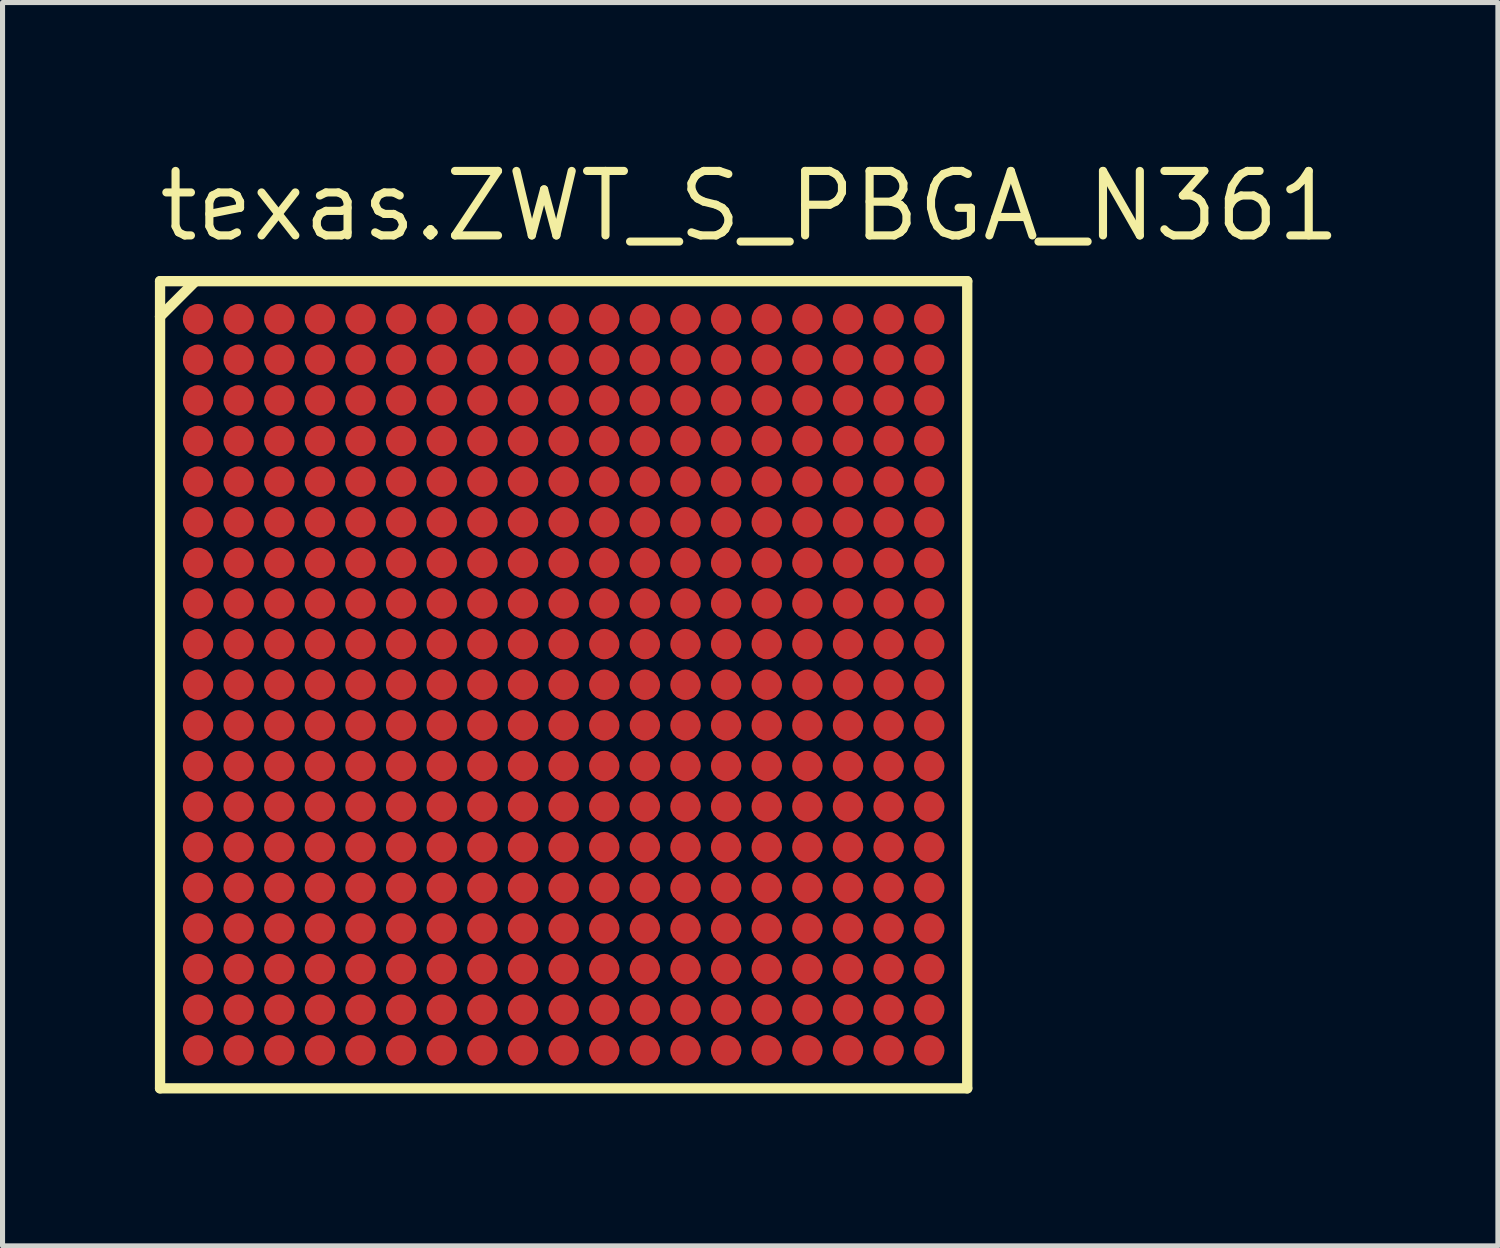
<source format=kicad_pcb>
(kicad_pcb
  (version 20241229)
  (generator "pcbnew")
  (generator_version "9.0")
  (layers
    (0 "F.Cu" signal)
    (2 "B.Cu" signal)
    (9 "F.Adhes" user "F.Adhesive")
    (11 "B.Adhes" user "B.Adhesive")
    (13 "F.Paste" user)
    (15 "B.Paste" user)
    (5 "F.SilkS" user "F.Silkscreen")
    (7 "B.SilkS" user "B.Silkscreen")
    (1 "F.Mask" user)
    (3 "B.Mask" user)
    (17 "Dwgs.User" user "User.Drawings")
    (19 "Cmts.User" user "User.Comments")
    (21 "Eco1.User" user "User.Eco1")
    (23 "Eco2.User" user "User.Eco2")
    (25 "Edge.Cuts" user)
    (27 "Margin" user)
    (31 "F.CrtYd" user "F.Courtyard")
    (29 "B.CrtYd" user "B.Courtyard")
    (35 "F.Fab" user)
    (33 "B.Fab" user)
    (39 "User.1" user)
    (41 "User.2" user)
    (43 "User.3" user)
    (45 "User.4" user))
  (footprint "texas.ZWT_S_PBGA_N361"
    (layer "F.Cu")
    (at 8.05 10.435)
    (property "Reference" "texas.ZWT_S_PBGA_N361" (at -8.05 -8.685 0) (layer "F.SilkS") (effects (font (size 1.27 1.27) (thickness 0.16)) (justify left bottom)))
    (attr smd)
    (fp_circle (center -7.2 -7.2) (end -6.925 -7.2) (stroke (width 0.1) (type default)) (fill no) (layer "F.Mask"))
    (fp_circle (center -7.2 -6.4) (end -6.925 -6.4) (stroke (width 0.1) (type default)) (fill no) (layer "F.Mask"))
    (fp_circle (center -7.2 -5.6) (end -6.925 -5.6) (stroke (width 0.1) (type default)) (fill no) (layer "F.Mask"))
    (fp_circle (center -7.2 -4.8) (end -6.925 -4.8) (stroke (width 0.1) (type default)) (fill no) (layer "F.Mask"))
    (fp_circle (center -7.2 -4) (end -6.925 -4) (stroke (width 0.1) (type default)) (fill no) (layer "F.Mask"))
    (fp_circle (center -7.2 -3.2) (end -6.925 -3.2) (stroke (width 0.1) (type default)) (fill no) (layer "F.Mask"))
    (fp_circle (center -7.2 -2.4) (end -6.925 -2.4) (stroke (width 0.1) (type default)) (fill no) (layer "F.Mask"))
    (fp_circle (center -7.2 -1.6) (end -6.925 -1.6) (stroke (width 0.1) (type default)) (fill no) (layer "F.Mask"))
    (fp_circle (center -7.2 -0.8) (end -6.925 -0.8) (stroke (width 0.1) (type default)) (fill no) (layer "F.Mask"))
    (fp_circle (center -7.2 0) (end -6.925 0) (stroke (width 0.1) (type default)) (fill no) (layer "F.Mask"))
    (fp_circle (center -7.2 0.8) (end -6.925 0.8) (stroke (width 0.1) (type default)) (fill no) (layer "F.Mask"))
    (fp_circle (center -7.2 1.6) (end -6.925 1.6) (stroke (width 0.1) (type default)) (fill no) (layer "F.Mask"))
    (fp_circle (center -7.2 2.4) (end -6.925 2.4) (stroke (width 0.1) (type default)) (fill no) (layer "F.Mask"))
    (fp_circle (center -7.2 3.2) (end -6.925 3.2) (stroke (width 0.1) (type default)) (fill no) (layer "F.Mask"))
    (fp_circle (center -7.2 4) (end -6.925 4) (stroke (width 0.1) (type default)) (fill no) (layer "F.Mask"))
    (fp_circle (center -7.2 4.8) (end -6.925 4.8) (stroke (width 0.1) (type default)) (fill no) (layer "F.Mask"))
    (fp_circle (center -7.2 5.6) (end -6.925 5.6) (stroke (width 0.1) (type default)) (fill no) (layer "F.Mask"))
    (fp_circle (center -7.2 6.4) (end -6.925 6.4) (stroke (width 0.1) (type default)) (fill no) (layer "F.Mask"))
    (fp_circle (center -7.2 7.2) (end -6.925 7.2) (stroke (width 0.1) (type default)) (fill no) (layer "F.Mask"))
    (fp_circle (center -6.4 -7.2) (end -6.125 -7.2) (stroke (width 0.1) (type default)) (fill no) (layer "F.Mask"))
    (fp_circle (center -6.4 -6.4) (end -6.125 -6.4) (stroke (width 0.1) (type default)) (fill no) (layer "F.Mask"))
    (fp_circle (center -6.4 -5.6) (end -6.125 -5.6) (stroke (width 0.1) (type default)) (fill no) (layer "F.Mask"))
    (fp_circle (center -6.4 -4.8) (end -6.125 -4.8) (stroke (width 0.1) (type default)) (fill no) (layer "F.Mask"))
    (fp_circle (center -6.4 -4) (end -6.125 -4) (stroke (width 0.1) (type default)) (fill no) (layer "F.Mask"))
    (fp_circle (center -6.4 -3.2) (end -6.125 -3.2) (stroke (width 0.1) (type default)) (fill no) (layer "F.Mask"))
    (fp_circle (center -6.4 -2.4) (end -6.125 -2.4) (stroke (width 0.1) (type default)) (fill no) (layer "F.Mask"))
    (fp_circle (center -6.4 -1.6) (end -6.125 -1.6) (stroke (width 0.1) (type default)) (fill no) (layer "F.Mask"))
    (fp_circle (center -6.4 -0.8) (end -6.125 -0.8) (stroke (width 0.1) (type default)) (fill no) (layer "F.Mask"))
    (fp_circle (center -6.4 0) (end -6.125 0) (stroke (width 0.1) (type default)) (fill no) (layer "F.Mask"))
    (fp_circle (center -6.4 0.8) (end -6.125 0.8) (stroke (width 0.1) (type default)) (fill no) (layer "F.Mask"))
    (fp_circle (center -6.4 1.6) (end -6.125 1.6) (stroke (width 0.1) (type default)) (fill no) (layer "F.Mask"))
    (fp_circle (center -6.4 2.4) (end -6.125 2.4) (stroke (width 0.1) (type default)) (fill no) (layer "F.Mask"))
    (fp_circle (center -6.4 3.2) (end -6.125 3.2) (stroke (width 0.1) (type default)) (fill no) (layer "F.Mask"))
    (fp_circle (center -6.4 4) (end -6.125 4) (stroke (width 0.1) (type default)) (fill no) (layer "F.Mask"))
    (fp_circle (center -6.4 4.8) (end -6.125 4.8) (stroke (width 0.1) (type default)) (fill no) (layer "F.Mask"))
    (fp_circle (center -6.4 5.6) (end -6.125 5.6) (stroke (width 0.1) (type default)) (fill no) (layer "F.Mask"))
    (fp_circle (center -6.4 6.4) (end -6.125 6.4) (stroke (width 0.1) (type default)) (fill no) (layer "F.Mask"))
    (fp_circle (center -6.4 7.2) (end -6.125 7.2) (stroke (width 0.1) (type default)) (fill no) (layer "F.Mask"))
    (fp_circle (center -5.6 -7.2) (end -5.325 -7.2) (stroke (width 0.1) (type default)) (fill no) (layer "F.Mask"))
    (fp_circle (center -5.6 -6.4) (end -5.325 -6.4) (stroke (width 0.1) (type default)) (fill no) (layer "F.Mask"))
    (fp_circle (center -5.6 -5.6) (end -5.325 -5.6) (stroke (width 0.1) (type default)) (fill no) (layer "F.Mask"))
    (fp_circle (center -5.6 -4.8) (end -5.325 -4.8) (stroke (width 0.1) (type default)) (fill no) (layer "F.Mask"))
    (fp_circle (center -5.6 -4) (end -5.325 -4) (stroke (width 0.1) (type default)) (fill no) (layer "F.Mask"))
    (fp_circle (center -5.6 -3.2) (end -5.325 -3.2) (stroke (width 0.1) (type default)) (fill no) (layer "F.Mask"))
    (fp_circle (center -5.6 -2.4) (end -5.325 -2.4) (stroke (width 0.1) (type default)) (fill no) (layer "F.Mask"))
    (fp_circle (center -5.6 -1.6) (end -5.325 -1.6) (stroke (width 0.1) (type default)) (fill no) (layer "F.Mask"))
    (fp_circle (center -5.6 -0.8) (end -5.325 -0.8) (stroke (width 0.1) (type default)) (fill no) (layer "F.Mask"))
    (fp_circle (center -5.6 0) (end -5.325 0) (stroke (width 0.1) (type default)) (fill no) (layer "F.Mask"))
    (fp_circle (center -5.6 0.8) (end -5.325 0.8) (stroke (width 0.1) (type default)) (fill no) (layer "F.Mask"))
    (fp_circle (center -5.6 1.6) (end -5.325 1.6) (stroke (width 0.1) (type default)) (fill no) (layer "F.Mask"))
    (fp_circle (center -5.6 2.4) (end -5.325 2.4) (stroke (width 0.1) (type default)) (fill no) (layer "F.Mask"))
    (fp_circle (center -5.6 3.2) (end -5.325 3.2) (stroke (width 0.1) (type default)) (fill no) (layer "F.Mask"))
    (fp_circle (center -5.6 4) (end -5.325 4) (stroke (width 0.1) (type default)) (fill no) (layer "F.Mask"))
    (fp_circle (center -5.6 4.8) (end -5.325 4.8) (stroke (width 0.1) (type default)) (fill no) (layer "F.Mask"))
    (fp_circle (center -5.6 5.6) (end -5.325 5.6) (stroke (width 0.1) (type default)) (fill no) (layer "F.Mask"))
    (fp_circle (center -5.6 6.4) (end -5.325 6.4) (stroke (width 0.1) (type default)) (fill no) (layer "F.Mask"))
    (fp_circle (center -5.6 7.2) (end -5.325 7.2) (stroke (width 0.1) (type default)) (fill no) (layer "F.Mask"))
    (fp_circle (center -4.8 -7.2) (end -4.525 -7.2) (stroke (width 0.1) (type default)) (fill no) (layer "F.Mask"))
    (fp_circle (center -4.8 -6.4) (end -4.525 -6.4) (stroke (width 0.1) (type default)) (fill no) (layer "F.Mask"))
    (fp_circle (center -4.8 -5.6) (end -4.525 -5.6) (stroke (width 0.1) (type default)) (fill no) (layer "F.Mask"))
    (fp_circle (center -4.8 -4.8) (end -4.525 -4.8) (stroke (width 0.1) (type default)) (fill no) (layer "F.Mask"))
    (fp_circle (center -4.8 -4) (end -4.525 -4) (stroke (width 0.1) (type default)) (fill no) (layer "F.Mask"))
    (fp_circle (center -4.8 -3.2) (end -4.525 -3.2) (stroke (width 0.1) (type default)) (fill no) (layer "F.Mask"))
    (fp_circle (center -4.8 -2.4) (end -4.525 -2.4) (stroke (width 0.1) (type default)) (fill no) (layer "F.Mask"))
    (fp_circle (center -4.8 -1.6) (end -4.525 -1.6) (stroke (width 0.1) (type default)) (fill no) (layer "F.Mask"))
    (fp_circle (center -4.8 -0.8) (end -4.525 -0.8) (stroke (width 0.1) (type default)) (fill no) (layer "F.Mask"))
    (fp_circle (center -4.8 0) (end -4.525 0) (stroke (width 0.1) (type default)) (fill no) (layer "F.Mask"))
    (fp_circle (center -4.8 0.8) (end -4.525 0.8) (stroke (width 0.1) (type default)) (fill no) (layer "F.Mask"))
    (fp_circle (center -4.8 1.6) (end -4.525 1.6) (stroke (width 0.1) (type default)) (fill no) (layer "F.Mask"))
    (fp_circle (center -4.8 2.4) (end -4.525 2.4) (stroke (width 0.1) (type default)) (fill no) (layer "F.Mask"))
    (fp_circle (center -4.8 3.2) (end -4.525 3.2) (stroke (width 0.1) (type default)) (fill no) (layer "F.Mask"))
    (fp_circle (center -4.8 4) (end -4.525 4) (stroke (width 0.1) (type default)) (fill no) (layer "F.Mask"))
    (fp_circle (center -4.8 4.8) (end -4.525 4.8) (stroke (width 0.1) (type default)) (fill no) (layer "F.Mask"))
    (fp_circle (center -4.8 5.6) (end -4.525 5.6) (stroke (width 0.1) (type default)) (fill no) (layer "F.Mask"))
    (fp_circle (center -4.8 6.4) (end -4.525 6.4) (stroke (width 0.1) (type default)) (fill no) (layer "F.Mask"))
    (fp_circle (center -4.8 7.2) (end -4.525 7.2) (stroke (width 0.1) (type default)) (fill no) (layer "F.Mask"))
    (fp_circle (center -4 -7.2) (end -3.725 -7.2) (stroke (width 0.1) (type default)) (fill no) (layer "F.Mask"))
    (fp_circle (center -4 -6.4) (end -3.725 -6.4) (stroke (width 0.1) (type default)) (fill no) (layer "F.Mask"))
    (fp_circle (center -4 -5.6) (end -3.725 -5.6) (stroke (width 0.1) (type default)) (fill no) (layer "F.Mask"))
    (fp_circle (center -4 -4.8) (end -3.725 -4.8) (stroke (width 0.1) (type default)) (fill no) (layer "F.Mask"))
    (fp_circle (center -4 -4) (end -3.725 -4) (stroke (width 0.1) (type default)) (fill no) (layer "F.Mask"))
    (fp_circle (center -4 -3.2) (end -3.725 -3.2) (stroke (width 0.1) (type default)) (fill no) (layer "F.Mask"))
    (fp_circle (center -4 -2.4) (end -3.725 -2.4) (stroke (width 0.1) (type default)) (fill no) (layer "F.Mask"))
    (fp_circle (center -4 -1.6) (end -3.725 -1.6) (stroke (width 0.1) (type default)) (fill no) (layer "F.Mask"))
    (fp_circle (center -4 -0.8) (end -3.725 -0.8) (stroke (width 0.1) (type default)) (fill no) (layer "F.Mask"))
    (fp_circle (center -4 0) (end -3.725 0) (stroke (width 0.1) (type default)) (fill no) (layer "F.Mask"))
    (fp_circle (center -4 0.8) (end -3.725 0.8) (stroke (width 0.1) (type default)) (fill no) (layer "F.Mask"))
    (fp_circle (center -4 1.6) (end -3.725 1.6) (stroke (width 0.1) (type default)) (fill no) (layer "F.Mask"))
    (fp_circle (center -4 2.4) (end -3.725 2.4) (stroke (width 0.1) (type default)) (fill no) (layer "F.Mask"))
    (fp_circle (center -4 3.2) (end -3.725 3.2) (stroke (width 0.1) (type default)) (fill no) (layer "F.Mask"))
    (fp_circle (center -4 4) (end -3.725 4) (stroke (width 0.1) (type default)) (fill no) (layer "F.Mask"))
    (fp_circle (center -4 4.8) (end -3.725 4.8) (stroke (width 0.1) (type default)) (fill no) (layer "F.Mask"))
    (fp_circle (center -4 5.6) (end -3.725 5.6) (stroke (width 0.1) (type default)) (fill no) (layer "F.Mask"))
    (fp_circle (center -4 6.4) (end -3.725 6.4) (stroke (width 0.1) (type default)) (fill no) (layer "F.Mask"))
    (fp_circle (center -4 7.2) (end -3.725 7.2) (stroke (width 0.1) (type default)) (fill no) (layer "F.Mask"))
    (fp_circle (center -3.2 -7.2) (end -2.925 -7.2) (stroke (width 0.1) (type default)) (fill no) (layer "F.Mask"))
    (fp_circle (center -3.2 -6.4) (end -2.925 -6.4) (stroke (width 0.1) (type default)) (fill no) (layer "F.Mask"))
    (fp_circle (center -3.2 -5.6) (end -2.925 -5.6) (stroke (width 0.1) (type default)) (fill no) (layer "F.Mask"))
    (fp_circle (center -3.2 -4.8) (end -2.925 -4.8) (stroke (width 0.1) (type default)) (fill no) (layer "F.Mask"))
    (fp_circle (center -3.2 -4) (end -2.925 -4) (stroke (width 0.1) (type default)) (fill no) (layer "F.Mask"))
    (fp_circle (center -3.2 -3.2) (end -2.925 -3.2) (stroke (width 0.1) (type default)) (fill no) (layer "F.Mask"))
    (fp_circle (center -3.2 -2.4) (end -2.925 -2.4) (stroke (width 0.1) (type default)) (fill no) (layer "F.Mask"))
    (fp_circle (center -3.2 -1.6) (end -2.925 -1.6) (stroke (width 0.1) (type default)) (fill no) (layer "F.Mask"))
    (fp_circle (center -3.2 -0.8) (end -2.925 -0.8) (stroke (width 0.1) (type default)) (fill no) (layer "F.Mask"))
    (fp_circle (center -3.2 0) (end -2.925 0) (stroke (width 0.1) (type default)) (fill no) (layer "F.Mask"))
    (fp_circle (center -3.2 0.8) (end -2.925 0.8) (stroke (width 0.1) (type default)) (fill no) (layer "F.Mask"))
    (fp_circle (center -3.2 1.6) (end -2.925 1.6) (stroke (width 0.1) (type default)) (fill no) (layer "F.Mask"))
    (fp_circle (center -3.2 2.4) (end -2.925 2.4) (stroke (width 0.1) (type default)) (fill no) (layer "F.Mask"))
    (fp_circle (center -3.2 3.2) (end -2.925 3.2) (stroke (width 0.1) (type default)) (fill no) (layer "F.Mask"))
    (fp_circle (center -3.2 4) (end -2.925 4) (stroke (width 0.1) (type default)) (fill no) (layer "F.Mask"))
    (fp_circle (center -3.2 4.8) (end -2.925 4.8) (stroke (width 0.1) (type default)) (fill no) (layer "F.Mask"))
    (fp_circle (center -3.2 5.6) (end -2.925 5.6) (stroke (width 0.1) (type default)) (fill no) (layer "F.Mask"))
    (fp_circle (center -3.2 6.4) (end -2.925 6.4) (stroke (width 0.1) (type default)) (fill no) (layer "F.Mask"))
    (fp_circle (center -3.2 7.2) (end -2.925 7.2) (stroke (width 0.1) (type default)) (fill no) (layer "F.Mask"))
    (fp_circle (center -2.4 -7.2) (end -2.125 -7.2) (stroke (width 0.1) (type default)) (fill no) (layer "F.Mask"))
    (fp_circle (center -2.4 -6.4) (end -2.125 -6.4) (stroke (width 0.1) (type default)) (fill no) (layer "F.Mask"))
    (fp_circle (center -2.4 -5.6) (end -2.125 -5.6) (stroke (width 0.1) (type default)) (fill no) (layer "F.Mask"))
    (fp_circle (center -2.4 -4.8) (end -2.125 -4.8) (stroke (width 0.1) (type default)) (fill no) (layer "F.Mask"))
    (fp_circle (center -2.4 -4) (end -2.125 -4) (stroke (width 0.1) (type default)) (fill no) (layer "F.Mask"))
    (fp_circle (center -2.4 -3.2) (end -2.125 -3.2) (stroke (width 0.1) (type default)) (fill no) (layer "F.Mask"))
    (fp_circle (center -2.4 -2.4) (end -2.125 -2.4) (stroke (width 0.1) (type default)) (fill no) (layer "F.Mask"))
    (fp_circle (center -2.4 -1.6) (end -2.125 -1.6) (stroke (width 0.1) (type default)) (fill no) (layer "F.Mask"))
    (fp_circle (center -2.4 -0.8) (end -2.125 -0.8) (stroke (width 0.1) (type default)) (fill no) (layer "F.Mask"))
    (fp_circle (center -2.4 0) (end -2.125 0) (stroke (width 0.1) (type default)) (fill no) (layer "F.Mask"))
    (fp_circle (center -2.4 0.8) (end -2.125 0.8) (stroke (width 0.1) (type default)) (fill no) (layer "F.Mask"))
    (fp_circle (center -2.4 1.6) (end -2.125 1.6) (stroke (width 0.1) (type default)) (fill no) (layer "F.Mask"))
    (fp_circle (center -2.4 2.4) (end -2.125 2.4) (stroke (width 0.1) (type default)) (fill no) (layer "F.Mask"))
    (fp_circle (center -2.4 3.2) (end -2.125 3.2) (stroke (width 0.1) (type default)) (fill no) (layer "F.Mask"))
    (fp_circle (center -2.4 4) (end -2.125 4) (stroke (width 0.1) (type default)) (fill no) (layer "F.Mask"))
    (fp_circle (center -2.4 4.8) (end -2.125 4.8) (stroke (width 0.1) (type default)) (fill no) (layer "F.Mask"))
    (fp_circle (center -2.4 5.6) (end -2.125 5.6) (stroke (width 0.1) (type default)) (fill no) (layer "F.Mask"))
    (fp_circle (center -2.4 6.4) (end -2.125 6.4) (stroke (width 0.1) (type default)) (fill no) (layer "F.Mask"))
    (fp_circle (center -2.4 7.2) (end -2.125 7.2) (stroke (width 0.1) (type default)) (fill no) (layer "F.Mask"))
    (fp_circle (center -1.6 -7.2) (end -1.325 -7.2) (stroke (width 0.1) (type default)) (fill no) (layer "F.Mask"))
    (fp_circle (center -1.6 -6.4) (end -1.325 -6.4) (stroke (width 0.1) (type default)) (fill no) (layer "F.Mask"))
    (fp_circle (center -1.6 -5.6) (end -1.325 -5.6) (stroke (width 0.1) (type default)) (fill no) (layer "F.Mask"))
    (fp_circle (center -1.6 -4.8) (end -1.325 -4.8) (stroke (width 0.1) (type default)) (fill no) (layer "F.Mask"))
    (fp_circle (center -1.6 -4) (end -1.325 -4) (stroke (width 0.1) (type default)) (fill no) (layer "F.Mask"))
    (fp_circle (center -1.6 -3.2) (end -1.325 -3.2) (stroke (width 0.1) (type default)) (fill no) (layer "F.Mask"))
    (fp_circle (center -1.6 -2.4) (end -1.325 -2.4) (stroke (width 0.1) (type default)) (fill no) (layer "F.Mask"))
    (fp_circle (center -1.6 -1.6) (end -1.325 -1.6) (stroke (width 0.1) (type default)) (fill no) (layer "F.Mask"))
    (fp_circle (center -1.6 -0.8) (end -1.325 -0.8) (stroke (width 0.1) (type default)) (fill no) (layer "F.Mask"))
    (fp_circle (center -1.6 0) (end -1.325 0) (stroke (width 0.1) (type default)) (fill no) (layer "F.Mask"))
    (fp_circle (center -1.6 0.8) (end -1.325 0.8) (stroke (width 0.1) (type default)) (fill no) (layer "F.Mask"))
    (fp_circle (center -1.6 1.6) (end -1.325 1.6) (stroke (width 0.1) (type default)) (fill no) (layer "F.Mask"))
    (fp_circle (center -1.6 2.4) (end -1.325 2.4) (stroke (width 0.1) (type default)) (fill no) (layer "F.Mask"))
    (fp_circle (center -1.6 3.2) (end -1.325 3.2) (stroke (width 0.1) (type default)) (fill no) (layer "F.Mask"))
    (fp_circle (center -1.6 4) (end -1.325 4) (stroke (width 0.1) (type default)) (fill no) (layer "F.Mask"))
    (fp_circle (center -1.6 4.8) (end -1.325 4.8) (stroke (width 0.1) (type default)) (fill no) (layer "F.Mask"))
    (fp_circle (center -1.6 5.6) (end -1.325 5.6) (stroke (width 0.1) (type default)) (fill no) (layer "F.Mask"))
    (fp_circle (center -1.6 6.4) (end -1.325 6.4) (stroke (width 0.1) (type default)) (fill no) (layer "F.Mask"))
    (fp_circle (center -1.6 7.2) (end -1.325 7.2) (stroke (width 0.1) (type default)) (fill no) (layer "F.Mask"))
    (fp_circle (center -0.8 -7.2) (end -0.525 -7.2) (stroke (width 0.1) (type default)) (fill no) (layer "F.Mask"))
    (fp_circle (center -0.8 -6.4) (end -0.525 -6.4) (stroke (width 0.1) (type default)) (fill no) (layer "F.Mask"))
    (fp_circle (center -0.8 -5.6) (end -0.525 -5.6) (stroke (width 0.1) (type default)) (fill no) (layer "F.Mask"))
    (fp_circle (center -0.8 -4.8) (end -0.525 -4.8) (stroke (width 0.1) (type default)) (fill no) (layer "F.Mask"))
    (fp_circle (center -0.8 -4) (end -0.525 -4) (stroke (width 0.1) (type default)) (fill no) (layer "F.Mask"))
    (fp_circle (center -0.8 -3.2) (end -0.525 -3.2) (stroke (width 0.1) (type default)) (fill no) (layer "F.Mask"))
    (fp_circle (center -0.8 -2.4) (end -0.525 -2.4) (stroke (width 0.1) (type default)) (fill no) (layer "F.Mask"))
    (fp_circle (center -0.8 -1.6) (end -0.525 -1.6) (stroke (width 0.1) (type default)) (fill no) (layer "F.Mask"))
    (fp_circle (center -0.8 -0.8) (end -0.525 -0.8) (stroke (width 0.1) (type default)) (fill no) (layer "F.Mask"))
    (fp_circle (center -0.8 0) (end -0.525 0) (stroke (width 0.1) (type default)) (fill no) (layer "F.Mask"))
    (fp_circle (center -0.8 0.8) (end -0.525 0.8) (stroke (width 0.1) (type default)) (fill no) (layer "F.Mask"))
    (fp_circle (center -0.8 1.6) (end -0.525 1.6) (stroke (width 0.1) (type default)) (fill no) (layer "F.Mask"))
    (fp_circle (center -0.8 2.4) (end -0.525 2.4) (stroke (width 0.1) (type default)) (fill no) (layer "F.Mask"))
    (fp_circle (center -0.8 3.2) (end -0.525 3.2) (stroke (width 0.1) (type default)) (fill no) (layer "F.Mask"))
    (fp_circle (center -0.8 4) (end -0.525 4) (stroke (width 0.1) (type default)) (fill no) (layer "F.Mask"))
    (fp_circle (center -0.8 4.8) (end -0.525 4.8) (stroke (width 0.1) (type default)) (fill no) (layer "F.Mask"))
    (fp_circle (center -0.8 5.6) (end -0.525 5.6) (stroke (width 0.1) (type default)) (fill no) (layer "F.Mask"))
    (fp_circle (center -0.8 6.4) (end -0.525 6.4) (stroke (width 0.1) (type default)) (fill no) (layer "F.Mask"))
    (fp_circle (center -0.8 7.2) (end -0.525 7.2) (stroke (width 0.1) (type default)) (fill no) (layer "F.Mask"))
    (fp_circle (center 0 -7.2) (end 0.275 -7.2) (stroke (width 0.1) (type default)) (fill no) (layer "F.Mask"))
    (fp_circle (center 0 -6.4) (end 0.275 -6.4) (stroke (width 0.1) (type default)) (fill no) (layer "F.Mask"))
    (fp_circle (center 0 -5.6) (end 0.275 -5.6) (stroke (width 0.1) (type default)) (fill no) (layer "F.Mask"))
    (fp_circle (center 0 -4.8) (end 0.275 -4.8) (stroke (width 0.1) (type default)) (fill no) (layer "F.Mask"))
    (fp_circle (center 0 -4) (end 0.275 -4) (stroke (width 0.1) (type default)) (fill no) (layer "F.Mask"))
    (fp_circle (center 0 -3.2) (end 0.275 -3.2) (stroke (width 0.1) (type default)) (fill no) (layer "F.Mask"))
    (fp_circle (center 0 -2.4) (end 0.275 -2.4) (stroke (width 0.1) (type default)) (fill no) (layer "F.Mask"))
    (fp_circle (center 0 -1.6) (end 0.275 -1.6) (stroke (width 0.1) (type default)) (fill no) (layer "F.Mask"))
    (fp_circle (center 0 -0.8) (end 0.275 -0.8) (stroke (width 0.1) (type default)) (fill no) (layer "F.Mask"))
    (fp_circle (center 0 0) (end 0.275 0) (stroke (width 0.1) (type default)) (fill no) (layer "F.Mask"))
    (fp_circle (center 0 0.8) (end 0.275 0.8) (stroke (width 0.1) (type default)) (fill no) (layer "F.Mask"))
    (fp_circle (center 0 1.6) (end 0.275 1.6) (stroke (width 0.1) (type default)) (fill no) (layer "F.Mask"))
    (fp_circle (center 0 2.4) (end 0.275 2.4) (stroke (width 0.1) (type default)) (fill no) (layer "F.Mask"))
    (fp_circle (center 0 3.2) (end 0.275 3.2) (stroke (width 0.1) (type default)) (fill no) (layer "F.Mask"))
    (fp_circle (center 0 4) (end 0.275 4) (stroke (width 0.1) (type default)) (fill no) (layer "F.Mask"))
    (fp_circle (center 0 4.8) (end 0.275 4.8) (stroke (width 0.1) (type default)) (fill no) (layer "F.Mask"))
    (fp_circle (center 0 5.6) (end 0.275 5.6) (stroke (width 0.1) (type default)) (fill no) (layer "F.Mask"))
    (fp_circle (center 0 6.4) (end 0.275 6.4) (stroke (width 0.1) (type default)) (fill no) (layer "F.Mask"))
    (fp_circle (center 0 7.2) (end 0.275 7.2) (stroke (width 0.1) (type default)) (fill no) (layer "F.Mask"))
    (fp_circle (center 0.8 -7.2) (end 1.075 -7.2) (stroke (width 0.1) (type default)) (fill no) (layer "F.Mask"))
    (fp_circle (center 0.8 -6.4) (end 1.075 -6.4) (stroke (width 0.1) (type default)) (fill no) (layer "F.Mask"))
    (fp_circle (center 0.8 -5.6) (end 1.075 -5.6) (stroke (width 0.1) (type default)) (fill no) (layer "F.Mask"))
    (fp_circle (center 0.8 -4.8) (end 1.075 -4.8) (stroke (width 0.1) (type default)) (fill no) (layer "F.Mask"))
    (fp_circle (center 0.8 -4) (end 1.075 -4) (stroke (width 0.1) (type default)) (fill no) (layer "F.Mask"))
    (fp_circle (center 0.8 -3.2) (end 1.075 -3.2) (stroke (width 0.1) (type default)) (fill no) (layer "F.Mask"))
    (fp_circle (center 0.8 -2.4) (end 1.075 -2.4) (stroke (width 0.1) (type default)) (fill no) (layer "F.Mask"))
    (fp_circle (center 0.8 -1.6) (end 1.075 -1.6) (stroke (width 0.1) (type default)) (fill no) (layer "F.Mask"))
    (fp_circle (center 0.8 -0.8) (end 1.075 -0.8) (stroke (width 0.1) (type default)) (fill no) (layer "F.Mask"))
    (fp_circle (center 0.8 0) (end 1.075 0) (stroke (width 0.1) (type default)) (fill no) (layer "F.Mask"))
    (fp_circle (center 0.8 0.8) (end 1.075 0.8) (stroke (width 0.1) (type default)) (fill no) (layer "F.Mask"))
    (fp_circle (center 0.8 1.6) (end 1.075 1.6) (stroke (width 0.1) (type default)) (fill no) (layer "F.Mask"))
    (fp_circle (center 0.8 2.4) (end 1.075 2.4) (stroke (width 0.1) (type default)) (fill no) (layer "F.Mask"))
    (fp_circle (center 0.8 3.2) (end 1.075 3.2) (stroke (width 0.1) (type default)) (fill no) (layer "F.Mask"))
    (fp_circle (center 0.8 4) (end 1.075 4) (stroke (width 0.1) (type default)) (fill no) (layer "F.Mask"))
    (fp_circle (center 0.8 4.8) (end 1.075 4.8) (stroke (width 0.1) (type default)) (fill no) (layer "F.Mask"))
    (fp_circle (center 0.8 5.6) (end 1.075 5.6) (stroke (width 0.1) (type default)) (fill no) (layer "F.Mask"))
    (fp_circle (center 0.8 6.4) (end 1.075 6.4) (stroke (width 0.1) (type default)) (fill no) (layer "F.Mask"))
    (fp_circle (center 0.8 7.2) (end 1.075 7.2) (stroke (width 0.1) (type default)) (fill no) (layer "F.Mask"))
    (fp_circle (center 1.6 -7.2) (end 1.875 -7.2) (stroke (width 0.1) (type default)) (fill no) (layer "F.Mask"))
    (fp_circle (center 1.6 -6.4) (end 1.875 -6.4) (stroke (width 0.1) (type default)) (fill no) (layer "F.Mask"))
    (fp_circle (center 1.6 -5.6) (end 1.875 -5.6) (stroke (width 0.1) (type default)) (fill no) (layer "F.Mask"))
    (fp_circle (center 1.6 -4.8) (end 1.875 -4.8) (stroke (width 0.1) (type default)) (fill no) (layer "F.Mask"))
    (fp_circle (center 1.6 -4) (end 1.875 -4) (stroke (width 0.1) (type default)) (fill no) (layer "F.Mask"))
    (fp_circle (center 1.6 -3.2) (end 1.875 -3.2) (stroke (width 0.1) (type default)) (fill no) (layer "F.Mask"))
    (fp_circle (center 1.6 -2.4) (end 1.875 -2.4) (stroke (width 0.1) (type default)) (fill no) (layer "F.Mask"))
    (fp_circle (center 1.6 -1.6) (end 1.875 -1.6) (stroke (width 0.1) (type default)) (fill no) (layer "F.Mask"))
    (fp_circle (center 1.6 -0.8) (end 1.875 -0.8) (stroke (width 0.1) (type default)) (fill no) (layer "F.Mask"))
    (fp_circle (center 1.6 0) (end 1.875 0) (stroke (width 0.1) (type default)) (fill no) (layer "F.Mask"))
    (fp_circle (center 1.6 0.8) (end 1.875 0.8) (stroke (width 0.1) (type default)) (fill no) (layer "F.Mask"))
    (fp_circle (center 1.6 1.6) (end 1.875 1.6) (stroke (width 0.1) (type default)) (fill no) (layer "F.Mask"))
    (fp_circle (center 1.6 2.4) (end 1.875 2.4) (stroke (width 0.1) (type default)) (fill no) (layer "F.Mask"))
    (fp_circle (center 1.6 3.2) (end 1.875 3.2) (stroke (width 0.1) (type default)) (fill no) (layer "F.Mask"))
    (fp_circle (center 1.6 4) (end 1.875 4) (stroke (width 0.1) (type default)) (fill no) (layer "F.Mask"))
    (fp_circle (center 1.6 4.8) (end 1.875 4.8) (stroke (width 0.1) (type default)) (fill no) (layer "F.Mask"))
    (fp_circle (center 1.6 5.6) (end 1.875 5.6) (stroke (width 0.1) (type default)) (fill no) (layer "F.Mask"))
    (fp_circle (center 1.6 6.4) (end 1.875 6.4) (stroke (width 0.1) (type default)) (fill no) (layer "F.Mask"))
    (fp_circle (center 1.6 7.2) (end 1.875 7.2) (stroke (width 0.1) (type default)) (fill no) (layer "F.Mask"))
    (fp_circle (center 2.4 -7.2) (end 2.675 -7.2) (stroke (width 0.1) (type default)) (fill no) (layer "F.Mask"))
    (fp_circle (center 2.4 -6.4) (end 2.675 -6.4) (stroke (width 0.1) (type default)) (fill no) (layer "F.Mask"))
    (fp_circle (center 2.4 -5.6) (end 2.675 -5.6) (stroke (width 0.1) (type default)) (fill no) (layer "F.Mask"))
    (fp_circle (center 2.4 -4.8) (end 2.675 -4.8) (stroke (width 0.1) (type default)) (fill no) (layer "F.Mask"))
    (fp_circle (center 2.4 -4) (end 2.675 -4) (stroke (width 0.1) (type default)) (fill no) (layer "F.Mask"))
    (fp_circle (center 2.4 -3.2) (end 2.675 -3.2) (stroke (width 0.1) (type default)) (fill no) (layer "F.Mask"))
    (fp_circle (center 2.4 -2.4) (end 2.675 -2.4) (stroke (width 0.1) (type default)) (fill no) (layer "F.Mask"))
    (fp_circle (center 2.4 -1.6) (end 2.675 -1.6) (stroke (width 0.1) (type default)) (fill no) (layer "F.Mask"))
    (fp_circle (center 2.4 -0.8) (end 2.675 -0.8) (stroke (width 0.1) (type default)) (fill no) (layer "F.Mask"))
    (fp_circle (center 2.4 0) (end 2.675 0) (stroke (width 0.1) (type default)) (fill no) (layer "F.Mask"))
    (fp_circle (center 2.4 0.8) (end 2.675 0.8) (stroke (width 0.1) (type default)) (fill no) (layer "F.Mask"))
    (fp_circle (center 2.4 1.6) (end 2.675 1.6) (stroke (width 0.1) (type default)) (fill no) (layer "F.Mask"))
    (fp_circle (center 2.4 2.4) (end 2.675 2.4) (stroke (width 0.1) (type default)) (fill no) (layer "F.Mask"))
    (fp_circle (center 2.4 3.2) (end 2.675 3.2) (stroke (width 0.1) (type default)) (fill no) (layer "F.Mask"))
    (fp_circle (center 2.4 4) (end 2.675 4) (stroke (width 0.1) (type default)) (fill no) (layer "F.Mask"))
    (fp_circle (center 2.4 4.8) (end 2.675 4.8) (stroke (width 0.1) (type default)) (fill no) (layer "F.Mask"))
    (fp_circle (center 2.4 5.6) (end 2.675 5.6) (stroke (width 0.1) (type default)) (fill no) (layer "F.Mask"))
    (fp_circle (center 2.4 6.4) (end 2.675 6.4) (stroke (width 0.1) (type default)) (fill no) (layer "F.Mask"))
    (fp_circle (center 2.4 7.2) (end 2.675 7.2) (stroke (width 0.1) (type default)) (fill no) (layer "F.Mask"))
    (fp_circle (center 3.2 -7.2) (end 3.475 -7.2) (stroke (width 0.1) (type default)) (fill no) (layer "F.Mask"))
    (fp_circle (center 3.2 -6.4) (end 3.475 -6.4) (stroke (width 0.1) (type default)) (fill no) (layer "F.Mask"))
    (fp_circle (center 3.2 -5.6) (end 3.475 -5.6) (stroke (width 0.1) (type default)) (fill no) (layer "F.Mask"))
    (fp_circle (center 3.2 -4.8) (end 3.475 -4.8) (stroke (width 0.1) (type default)) (fill no) (layer "F.Mask"))
    (fp_circle (center 3.2 -4) (end 3.475 -4) (stroke (width 0.1) (type default)) (fill no) (layer "F.Mask"))
    (fp_circle (center 3.2 -3.2) (end 3.475 -3.2) (stroke (width 0.1) (type default)) (fill no) (layer "F.Mask"))
    (fp_circle (center 3.2 -2.4) (end 3.475 -2.4) (stroke (width 0.1) (type default)) (fill no) (layer "F.Mask"))
    (fp_circle (center 3.2 -1.6) (end 3.475 -1.6) (stroke (width 0.1) (type default)) (fill no) (layer "F.Mask"))
    (fp_circle (center 3.2 -0.8) (end 3.475 -0.8) (stroke (width 0.1) (type default)) (fill no) (layer "F.Mask"))
    (fp_circle (center 3.2 0) (end 3.475 0) (stroke (width 0.1) (type default)) (fill no) (layer "F.Mask"))
    (fp_circle (center 3.2 0.8) (end 3.475 0.8) (stroke (width 0.1) (type default)) (fill no) (layer "F.Mask"))
    (fp_circle (center 3.2 1.6) (end 3.475 1.6) (stroke (width 0.1) (type default)) (fill no) (layer "F.Mask"))
    (fp_circle (center 3.2 2.4) (end 3.475 2.4) (stroke (width 0.1) (type default)) (fill no) (layer "F.Mask"))
    (fp_circle (center 3.2 3.2) (end 3.475 3.2) (stroke (width 0.1) (type default)) (fill no) (layer "F.Mask"))
    (fp_circle (center 3.2 4) (end 3.475 4) (stroke (width 0.1) (type default)) (fill no) (layer "F.Mask"))
    (fp_circle (center 3.2 4.8) (end 3.475 4.8) (stroke (width 0.1) (type default)) (fill no) (layer "F.Mask"))
    (fp_circle (center 3.2 5.6) (end 3.475 5.6) (stroke (width 0.1) (type default)) (fill no) (layer "F.Mask"))
    (fp_circle (center 3.2 6.4) (end 3.475 6.4) (stroke (width 0.1) (type default)) (fill no) (layer "F.Mask"))
    (fp_circle (center 3.2 7.2) (end 3.475 7.2) (stroke (width 0.1) (type default)) (fill no) (layer "F.Mask"))
    (fp_circle (center 4 -7.2) (end 4.275 -7.2) (stroke (width 0.1) (type default)) (fill no) (layer "F.Mask"))
    (fp_circle (center 4 -6.4) (end 4.275 -6.4) (stroke (width 0.1) (type default)) (fill no) (layer "F.Mask"))
    (fp_circle (center 4 -5.6) (end 4.275 -5.6) (stroke (width 0.1) (type default)) (fill no) (layer "F.Mask"))
    (fp_circle (center 4 -4.8) (end 4.275 -4.8) (stroke (width 0.1) (type default)) (fill no) (layer "F.Mask"))
    (fp_circle (center 4 -4) (end 4.275 -4) (stroke (width 0.1) (type default)) (fill no) (layer "F.Mask"))
    (fp_circle (center 4 -3.2) (end 4.275 -3.2) (stroke (width 0.1) (type default)) (fill no) (layer "F.Mask"))
    (fp_circle (center 4 -2.4) (end 4.275 -2.4) (stroke (width 0.1) (type default)) (fill no) (layer "F.Mask"))
    (fp_circle (center 4 -1.6) (end 4.275 -1.6) (stroke (width 0.1) (type default)) (fill no) (layer "F.Mask"))
    (fp_circle (center 4 -0.8) (end 4.275 -0.8) (stroke (width 0.1) (type default)) (fill no) (layer "F.Mask"))
    (fp_circle (center 4 0) (end 4.275 0) (stroke (width 0.1) (type default)) (fill no) (layer "F.Mask"))
    (fp_circle (center 4 0.8) (end 4.275 0.8) (stroke (width 0.1) (type default)) (fill no) (layer "F.Mask"))
    (fp_circle (center 4 1.6) (end 4.275 1.6) (stroke (width 0.1) (type default)) (fill no) (layer "F.Mask"))
    (fp_circle (center 4 2.4) (end 4.275 2.4) (stroke (width 0.1) (type default)) (fill no) (layer "F.Mask"))
    (fp_circle (center 4 3.2) (end 4.275 3.2) (stroke (width 0.1) (type default)) (fill no) (layer "F.Mask"))
    (fp_circle (center 4 4) (end 4.275 4) (stroke (width 0.1) (type default)) (fill no) (layer "F.Mask"))
    (fp_circle (center 4 4.8) (end 4.275 4.8) (stroke (width 0.1) (type default)) (fill no) (layer "F.Mask"))
    (fp_circle (center 4 5.6) (end 4.275 5.6) (stroke (width 0.1) (type default)) (fill no) (layer "F.Mask"))
    (fp_circle (center 4 6.4) (end 4.275 6.4) (stroke (width 0.1) (type default)) (fill no) (layer "F.Mask"))
    (fp_circle (center 4 7.2) (end 4.275 7.2) (stroke (width 0.1) (type default)) (fill no) (layer "F.Mask"))
    (fp_circle (center 4.8 -7.2) (end 5.075 -7.2) (stroke (width 0.1) (type default)) (fill no) (layer "F.Mask"))
    (fp_circle (center 4.8 -6.4) (end 5.075 -6.4) (stroke (width 0.1) (type default)) (fill no) (layer "F.Mask"))
    (fp_circle (center 4.8 -5.6) (end 5.075 -5.6) (stroke (width 0.1) (type default)) (fill no) (layer "F.Mask"))
    (fp_circle (center 4.8 -4.8) (end 5.075 -4.8) (stroke (width 0.1) (type default)) (fill no) (layer "F.Mask"))
    (fp_circle (center 4.8 -4) (end 5.075 -4) (stroke (width 0.1) (type default)) (fill no) (layer "F.Mask"))
    (fp_circle (center 4.8 -3.2) (end 5.075 -3.2) (stroke (width 0.1) (type default)) (fill no) (layer "F.Mask"))
    (fp_circle (center 4.8 -2.4) (end 5.075 -2.4) (stroke (width 0.1) (type default)) (fill no) (layer "F.Mask"))
    (fp_circle (center 4.8 -1.6) (end 5.075 -1.6) (stroke (width 0.1) (type default)) (fill no) (layer "F.Mask"))
    (fp_circle (center 4.8 -0.8) (end 5.075 -0.8) (stroke (width 0.1) (type default)) (fill no) (layer "F.Mask"))
    (fp_circle (center 4.8 0) (end 5.075 0) (stroke (width 0.1) (type default)) (fill no) (layer "F.Mask"))
    (fp_circle (center 4.8 0.8) (end 5.075 0.8) (stroke (width 0.1) (type default)) (fill no) (layer "F.Mask"))
    (fp_circle (center 4.8 1.6) (end 5.075 1.6) (stroke (width 0.1) (type default)) (fill no) (layer "F.Mask"))
    (fp_circle (center 4.8 2.4) (end 5.075 2.4) (stroke (width 0.1) (type default)) (fill no) (layer "F.Mask"))
    (fp_circle (center 4.8 3.2) (end 5.075 3.2) (stroke (width 0.1) (type default)) (fill no) (layer "F.Mask"))
    (fp_circle (center 4.8 4) (end 5.075 4) (stroke (width 0.1) (type default)) (fill no) (layer "F.Mask"))
    (fp_circle (center 4.8 4.8) (end 5.075 4.8) (stroke (width 0.1) (type default)) (fill no) (layer "F.Mask"))
    (fp_circle (center 4.8 5.6) (end 5.075 5.6) (stroke (width 0.1) (type default)) (fill no) (layer "F.Mask"))
    (fp_circle (center 4.8 6.4) (end 5.075 6.4) (stroke (width 0.1) (type default)) (fill no) (layer "F.Mask"))
    (fp_circle (center 4.8 7.2) (end 5.075 7.2) (stroke (width 0.1) (type default)) (fill no) (layer "F.Mask"))
    (fp_circle (center 5.6 -7.2) (end 5.875 -7.2) (stroke (width 0.1) (type default)) (fill no) (layer "F.Mask"))
    (fp_circle (center 5.6 -6.4) (end 5.875 -6.4) (stroke (width 0.1) (type default)) (fill no) (layer "F.Mask"))
    (fp_circle (center 5.6 -5.6) (end 5.875 -5.6) (stroke (width 0.1) (type default)) (fill no) (layer "F.Mask"))
    (fp_circle (center 5.6 -4.8) (end 5.875 -4.8) (stroke (width 0.1) (type default)) (fill no) (layer "F.Mask"))
    (fp_circle (center 5.6 -4) (end 5.875 -4) (stroke (width 0.1) (type default)) (fill no) (layer "F.Mask"))
    (fp_circle (center 5.6 -3.2) (end 5.875 -3.2) (stroke (width 0.1) (type default)) (fill no) (layer "F.Mask"))
    (fp_circle (center 5.6 -2.4) (end 5.875 -2.4) (stroke (width 0.1) (type default)) (fill no) (layer "F.Mask"))
    (fp_circle (center 5.6 -1.6) (end 5.875 -1.6) (stroke (width 0.1) (type default)) (fill no) (layer "F.Mask"))
    (fp_circle (center 5.6 -0.8) (end 5.875 -0.8) (stroke (width 0.1) (type default)) (fill no) (layer "F.Mask"))
    (fp_circle (center 5.6 0) (end 5.875 0) (stroke (width 0.1) (type default)) (fill no) (layer "F.Mask"))
    (fp_circle (center 5.6 0.8) (end 5.875 0.8) (stroke (width 0.1) (type default)) (fill no) (layer "F.Mask"))
    (fp_circle (center 5.6 1.6) (end 5.875 1.6) (stroke (width 0.1) (type default)) (fill no) (layer "F.Mask"))
    (fp_circle (center 5.6 2.4) (end 5.875 2.4) (stroke (width 0.1) (type default)) (fill no) (layer "F.Mask"))
    (fp_circle (center 5.6 3.2) (end 5.875 3.2) (stroke (width 0.1) (type default)) (fill no) (layer "F.Mask"))
    (fp_circle (center 5.6 4) (end 5.875 4) (stroke (width 0.1) (type default)) (fill no) (layer "F.Mask"))
    (fp_circle (center 5.6 4.8) (end 5.875 4.8) (stroke (width 0.1) (type default)) (fill no) (layer "F.Mask"))
    (fp_circle (center 5.6 5.6) (end 5.875 5.6) (stroke (width 0.1) (type default)) (fill no) (layer "F.Mask"))
    (fp_circle (center 5.6 6.4) (end 5.875 6.4) (stroke (width 0.1) (type default)) (fill no) (layer "F.Mask"))
    (fp_circle (center 5.6 7.2) (end 5.875 7.2) (stroke (width 0.1) (type default)) (fill no) (layer "F.Mask"))
    (fp_circle (center 6.4 -7.2) (end 6.675 -7.2) (stroke (width 0.1) (type default)) (fill no) (layer "F.Mask"))
    (fp_circle (center 6.4 -6.4) (end 6.675 -6.4) (stroke (width 0.1) (type default)) (fill no) (layer "F.Mask"))
    (fp_circle (center 6.4 -5.6) (end 6.675 -5.6) (stroke (width 0.1) (type default)) (fill no) (layer "F.Mask"))
    (fp_circle (center 6.4 -4.8) (end 6.675 -4.8) (stroke (width 0.1) (type default)) (fill no) (layer "F.Mask"))
    (fp_circle (center 6.4 -4) (end 6.675 -4) (stroke (width 0.1) (type default)) (fill no) (layer "F.Mask"))
    (fp_circle (center 6.4 -3.2) (end 6.675 -3.2) (stroke (width 0.1) (type default)) (fill no) (layer "F.Mask"))
    (fp_circle (center 6.4 -2.4) (end 6.675 -2.4) (stroke (width 0.1) (type default)) (fill no) (layer "F.Mask"))
    (fp_circle (center 6.4 -1.6) (end 6.675 -1.6) (stroke (width 0.1) (type default)) (fill no) (layer "F.Mask"))
    (fp_circle (center 6.4 -0.8) (end 6.675 -0.8) (stroke (width 0.1) (type default)) (fill no) (layer "F.Mask"))
    (fp_circle (center 6.4 0) (end 6.675 0) (stroke (width 0.1) (type default)) (fill no) (layer "F.Mask"))
    (fp_circle (center 6.4 0.8) (end 6.675 0.8) (stroke (width 0.1) (type default)) (fill no) (layer "F.Mask"))
    (fp_circle (center 6.4 1.6) (end 6.675 1.6) (stroke (width 0.1) (type default)) (fill no) (layer "F.Mask"))
    (fp_circle (center 6.4 2.4) (end 6.675 2.4) (stroke (width 0.1) (type default)) (fill no) (layer "F.Mask"))
    (fp_circle (center 6.4 3.2) (end 6.675 3.2) (stroke (width 0.1) (type default)) (fill no) (layer "F.Mask"))
    (fp_circle (center 6.4 4) (end 6.675 4) (stroke (width 0.1) (type default)) (fill no) (layer "F.Mask"))
    (fp_circle (center 6.4 4.8) (end 6.675 4.8) (stroke (width 0.1) (type default)) (fill no) (layer "F.Mask"))
    (fp_circle (center 6.4 5.6) (end 6.675 5.6) (stroke (width 0.1) (type default)) (fill no) (layer "F.Mask"))
    (fp_circle (center 6.4 6.4) (end 6.675 6.4) (stroke (width 0.1) (type default)) (fill no) (layer "F.Mask"))
    (fp_circle (center 6.4 7.2) (end 6.675 7.2) (stroke (width 0.1) (type default)) (fill no) (layer "F.Mask"))
    (fp_circle (center 7.2 -7.2) (end 7.475 -7.2) (stroke (width 0.1) (type default)) (fill no) (layer "F.Mask"))
    (fp_circle (center 7.2 -6.4) (end 7.475 -6.4) (stroke (width 0.1) (type default)) (fill no) (layer "F.Mask"))
    (fp_circle (center 7.2 -5.6) (end 7.475 -5.6) (stroke (width 0.1) (type default)) (fill no) (layer "F.Mask"))
    (fp_circle (center 7.2 -4.8) (end 7.475 -4.8) (stroke (width 0.1) (type default)) (fill no) (layer "F.Mask"))
    (fp_circle (center 7.2 -4) (end 7.475 -4) (stroke (width 0.1) (type default)) (fill no) (layer "F.Mask"))
    (fp_circle (center 7.2 -3.2) (end 7.475 -3.2) (stroke (width 0.1) (type default)) (fill no) (layer "F.Mask"))
    (fp_circle (center 7.2 -2.4) (end 7.475 -2.4) (stroke (width 0.1) (type default)) (fill no) (layer "F.Mask"))
    (fp_circle (center 7.2 -1.6) (end 7.475 -1.6) (stroke (width 0.1) (type default)) (fill no) (layer "F.Mask"))
    (fp_circle (center 7.2 -0.8) (end 7.475 -0.8) (stroke (width 0.1) (type default)) (fill no) (layer "F.Mask"))
    (fp_circle (center 7.2 0) (end 7.475 0) (stroke (width 0.1) (type default)) (fill no) (layer "F.Mask"))
    (fp_circle (center 7.2 0.8) (end 7.475 0.8) (stroke (width 0.1) (type default)) (fill no) (layer "F.Mask"))
    (fp_circle (center 7.2 1.6) (end 7.475 1.6) (stroke (width 0.1) (type default)) (fill no) (layer "F.Mask"))
    (fp_circle (center 7.2 2.4) (end 7.475 2.4) (stroke (width 0.1) (type default)) (fill no) (layer "F.Mask"))
    (fp_circle (center 7.2 3.2) (end 7.475 3.2) (stroke (width 0.1) (type default)) (fill no) (layer "F.Mask"))
    (fp_circle (center 7.2 4) (end 7.475 4) (stroke (width 0.1) (type default)) (fill no) (layer "F.Mask"))
    (fp_circle (center 7.2 4.8) (end 7.475 4.8) (stroke (width 0.1) (type default)) (fill no) (layer "F.Mask"))
    (fp_circle (center 7.2 5.6) (end 7.475 5.6) (stroke (width 0.1) (type default)) (fill no) (layer "F.Mask"))
    (fp_circle (center 7.2 6.4) (end 7.475 6.4) (stroke (width 0.1) (type default)) (fill no) (layer "F.Mask"))
    (fp_circle (center 7.2 7.2) (end 7.475 7.2) (stroke (width 0.1) (type default)) (fill no) (layer "F.Mask"))
    (fp_line (start -7.948 -7.948) (end -7.948 -7.25) (stroke (width 0.203) (type default)) (layer "F.SilkS"))
    (fp_line (start -7.948 -7.25) (end -7.948 7.948) (stroke (width 0.203) (type default)) (layer "F.SilkS"))
    (fp_line (start -7.948 -7.25) (end -7.25 -7.948) (stroke (width 0.203) (type default)) (layer "F.SilkS"))
    (fp_line (start -7.948 7.948) (end 7.948 7.948) (stroke (width 0.203) (type default)) (layer "F.SilkS"))
    (fp_line (start -7.25 -7.948) (end -7.948 -7.948) (stroke (width 0.203) (type default)) (layer "F.SilkS"))
    (fp_line (start 7.948 -7.948) (end -7.25 -7.948) (stroke (width 0.203) (type default)) (layer "F.SilkS"))
    (fp_line (start 7.948 7.948) (end 7.948 -7.948) (stroke (width 0.203) (type default)) (layer "F.SilkS"))
    (pad "A1" smd roundrect (at -7.2 -7.2) (size 0.6 0.6) (layers "F.Cu" "F.Mask" "F.Paste") (roundrect_rratio 0.5))
    (pad "A2" smd roundrect (at -6.4 -7.2) (size 0.6 0.6) (layers "F.Cu" "F.Mask" "F.Paste") (roundrect_rratio 0.5))
    (pad "A3" smd roundrect (at -5.6 -7.2) (size 0.6 0.6) (layers "F.Cu" "F.Mask" "F.Paste") (roundrect_rratio 0.5))
    (pad "A4" smd roundrect (at -4.8 -7.2) (size 0.6 0.6) (layers "F.Cu" "F.Mask" "F.Paste") (roundrect_rratio 0.5))
    (pad "A5" smd roundrect (at -4 -7.2) (size 0.6 0.6) (layers "F.Cu" "F.Mask" "F.Paste") (roundrect_rratio 0.5))
    (pad "A6" smd roundrect (at -3.2 -7.2) (size 0.6 0.6) (layers "F.Cu" "F.Mask" "F.Paste") (roundrect_rratio 0.5))
    (pad "A7" smd roundrect (at -2.4 -7.2) (size 0.6 0.6) (layers "F.Cu" "F.Mask" "F.Paste") (roundrect_rratio 0.5))
    (pad "A8" smd roundrect (at -1.6 -7.2) (size 0.6 0.6) (layers "F.Cu" "F.Mask" "F.Paste") (roundrect_rratio 0.5))
    (pad "A9" smd roundrect (at -0.8 -7.2) (size 0.6 0.6) (layers "F.Cu" "F.Mask" "F.Paste") (roundrect_rratio 0.5))
    (pad "A10" smd roundrect (at 0 -7.2) (size 0.6 0.6) (layers "F.Cu" "F.Mask" "F.Paste") (roundrect_rratio 0.5))
    (pad "A11" smd roundrect (at 0.8 -7.2) (size 0.6 0.6) (layers "F.Cu" "F.Mask" "F.Paste") (roundrect_rratio 0.5))
    (pad "A12" smd roundrect (at 1.6 -7.2) (size 0.6 0.6) (layers "F.Cu" "F.Mask" "F.Paste") (roundrect_rratio 0.5))
    (pad "A13" smd roundrect (at 2.4 -7.2) (size 0.6 0.6) (layers "F.Cu" "F.Mask" "F.Paste") (roundrect_rratio 0.5))
    (pad "A14" smd roundrect (at 3.2 -7.2) (size 0.6 0.6) (layers "F.Cu" "F.Mask" "F.Paste") (roundrect_rratio 0.5))
    (pad "A15" smd roundrect (at 4 -7.2) (size 0.6 0.6) (layers "F.Cu" "F.Mask" "F.Paste") (roundrect_rratio 0.5))
    (pad "A16" smd roundrect (at 4.8 -7.2) (size 0.6 0.6) (layers "F.Cu" "F.Mask" "F.Paste") (roundrect_rratio 0.5))
    (pad "A17" smd roundrect (at 5.6 -7.2) (size 0.6 0.6) (layers "F.Cu" "F.Mask" "F.Paste") (roundrect_rratio 0.5))
    (pad "A18" smd roundrect (at 6.4 -7.2) (size 0.6 0.6) (layers "F.Cu" "F.Mask" "F.Paste") (roundrect_rratio 0.5))
    (pad "A19" smd roundrect (at 7.2 -7.2) (size 0.6 0.6) (layers "F.Cu" "F.Mask" "F.Paste") (roundrect_rratio 0.5))
    (pad "B1" smd roundrect (at -7.2 -6.4) (size 0.6 0.6) (layers "F.Cu" "F.Mask" "F.Paste") (roundrect_rratio 0.5))
    (pad "B2" smd roundrect (at -6.4 -6.4) (size 0.6 0.6) (layers "F.Cu" "F.Mask" "F.Paste") (roundrect_rratio 0.5))
    (pad "B3" smd roundrect (at -5.6 -6.4) (size 0.6 0.6) (layers "F.Cu" "F.Mask" "F.Paste") (roundrect_rratio 0.5))
    (pad "B4" smd roundrect (at -4.8 -6.4) (size 0.6 0.6) (layers "F.Cu" "F.Mask" "F.Paste") (roundrect_rratio 0.5))
    (pad "B5" smd roundrect (at -4 -6.4) (size 0.6 0.6) (layers "F.Cu" "F.Mask" "F.Paste") (roundrect_rratio 0.5))
    (pad "B6" smd roundrect (at -3.2 -6.4) (size 0.6 0.6) (layers "F.Cu" "F.Mask" "F.Paste") (roundrect_rratio 0.5))
    (pad "B7" smd roundrect (at -2.4 -6.4) (size 0.6 0.6) (layers "F.Cu" "F.Mask" "F.Paste") (roundrect_rratio 0.5))
    (pad "B8" smd roundrect (at -1.6 -6.4) (size 0.6 0.6) (layers "F.Cu" "F.Mask" "F.Paste") (roundrect_rratio 0.5))
    (pad "B9" smd roundrect (at -0.8 -6.4) (size 0.6 0.6) (layers "F.Cu" "F.Mask" "F.Paste") (roundrect_rratio 0.5))
    (pad "B10" smd roundrect (at 0 -6.4) (size 0.6 0.6) (layers "F.Cu" "F.Mask" "F.Paste") (roundrect_rratio 0.5))
    (pad "B11" smd roundrect (at 0.8 -6.4) (size 0.6 0.6) (layers "F.Cu" "F.Mask" "F.Paste") (roundrect_rratio 0.5))
    (pad "B12" smd roundrect (at 1.6 -6.4) (size 0.6 0.6) (layers "F.Cu" "F.Mask" "F.Paste") (roundrect_rratio 0.5))
    (pad "B13" smd roundrect (at 2.4 -6.4) (size 0.6 0.6) (layers "F.Cu" "F.Mask" "F.Paste") (roundrect_rratio 0.5))
    (pad "B14" smd roundrect (at 3.2 -6.4) (size 0.6 0.6) (layers "F.Cu" "F.Mask" "F.Paste") (roundrect_rratio 0.5))
    (pad "B15" smd roundrect (at 4 -6.4) (size 0.6 0.6) (layers "F.Cu" "F.Mask" "F.Paste") (roundrect_rratio 0.5))
    (pad "B16" smd roundrect (at 4.8 -6.4) (size 0.6 0.6) (layers "F.Cu" "F.Mask" "F.Paste") (roundrect_rratio 0.5))
    (pad "B17" smd roundrect (at 5.6 -6.4) (size 0.6 0.6) (layers "F.Cu" "F.Mask" "F.Paste") (roundrect_rratio 0.5))
    (pad "B18" smd roundrect (at 6.4 -6.4) (size 0.6 0.6) (layers "F.Cu" "F.Mask" "F.Paste") (roundrect_rratio 0.5))
    (pad "B19" smd roundrect (at 7.2 -6.4) (size 0.6 0.6) (layers "F.Cu" "F.Mask" "F.Paste") (roundrect_rratio 0.5))
    (pad "C1" smd roundrect (at -7.2 -5.6) (size 0.6 0.6) (layers "F.Cu" "F.Mask" "F.Paste") (roundrect_rratio 0.5))
    (pad "C2" smd roundrect (at -6.4 -5.6) (size 0.6 0.6) (layers "F.Cu" "F.Mask" "F.Paste") (roundrect_rratio 0.5))
    (pad "C3" smd roundrect (at -5.6 -5.6) (size 0.6 0.6) (layers "F.Cu" "F.Mask" "F.Paste") (roundrect_rratio 0.5))
    (pad "C4" smd roundrect (at -4.8 -5.6) (size 0.6 0.6) (layers "F.Cu" "F.Mask" "F.Paste") (roundrect_rratio 0.5))
    (pad "C5" smd roundrect (at -4 -5.6) (size 0.6 0.6) (layers "F.Cu" "F.Mask" "F.Paste") (roundrect_rratio 0.5))
    (pad "C6" smd roundrect (at -3.2 -5.6) (size 0.6 0.6) (layers "F.Cu" "F.Mask" "F.Paste") (roundrect_rratio 0.5))
    (pad "C7" smd roundrect (at -2.4 -5.6) (size 0.6 0.6) (layers "F.Cu" "F.Mask" "F.Paste") (roundrect_rratio 0.5))
    (pad "C8" smd roundrect (at -1.6 -5.6) (size 0.6 0.6) (layers "F.Cu" "F.Mask" "F.Paste") (roundrect_rratio 0.5))
    (pad "C9" smd roundrect (at -0.8 -5.6) (size 0.6 0.6) (layers "F.Cu" "F.Mask" "F.Paste") (roundrect_rratio 0.5))
    (pad "C10" smd roundrect (at 0 -5.6) (size 0.6 0.6) (layers "F.Cu" "F.Mask" "F.Paste") (roundrect_rratio 0.5))
    (pad "C11" smd roundrect (at 0.8 -5.6) (size 0.6 0.6) (layers "F.Cu" "F.Mask" "F.Paste") (roundrect_rratio 0.5))
    (pad "C12" smd roundrect (at 1.6 -5.6) (size 0.6 0.6) (layers "F.Cu" "F.Mask" "F.Paste") (roundrect_rratio 0.5))
    (pad "C13" smd roundrect (at 2.4 -5.6) (size 0.6 0.6) (layers "F.Cu" "F.Mask" "F.Paste") (roundrect_rratio 0.5))
    (pad "C14" smd roundrect (at 3.2 -5.6) (size 0.6 0.6) (layers "F.Cu" "F.Mask" "F.Paste") (roundrect_rratio 0.5))
    (pad "C15" smd roundrect (at 4 -5.6) (size 0.6 0.6) (layers "F.Cu" "F.Mask" "F.Paste") (roundrect_rratio 0.5))
    (pad "C16" smd roundrect (at 4.8 -5.6) (size 0.6 0.6) (layers "F.Cu" "F.Mask" "F.Paste") (roundrect_rratio 0.5))
    (pad "C17" smd roundrect (at 5.6 -5.6) (size 0.6 0.6) (layers "F.Cu" "F.Mask" "F.Paste") (roundrect_rratio 0.5))
    (pad "C18" smd roundrect (at 6.4 -5.6) (size 0.6 0.6) (layers "F.Cu" "F.Mask" "F.Paste") (roundrect_rratio 0.5))
    (pad "C19" smd roundrect (at 7.2 -5.6) (size 0.6 0.6) (layers "F.Cu" "F.Mask" "F.Paste") (roundrect_rratio 0.5))
    (pad "D1" smd roundrect (at -7.2 -4.8) (size 0.6 0.6) (layers "F.Cu" "F.Mask" "F.Paste") (roundrect_rratio 0.5))
    (pad "D2" smd roundrect (at -6.4 -4.8) (size 0.6 0.6) (layers "F.Cu" "F.Mask" "F.Paste") (roundrect_rratio 0.5))
    (pad "D3" smd roundrect (at -5.6 -4.8) (size 0.6 0.6) (layers "F.Cu" "F.Mask" "F.Paste") (roundrect_rratio 0.5))
    (pad "D4" smd roundrect (at -4.8 -4.8) (size 0.6 0.6) (layers "F.Cu" "F.Mask" "F.Paste") (roundrect_rratio 0.5))
    (pad "D5" smd roundrect (at -4 -4.8) (size 0.6 0.6) (layers "F.Cu" "F.Mask" "F.Paste") (roundrect_rratio 0.5))
    (pad "D6" smd roundrect (at -3.2 -4.8) (size 0.6 0.6) (layers "F.Cu" "F.Mask" "F.Paste") (roundrect_rratio 0.5))
    (pad "D7" smd roundrect (at -2.4 -4.8) (size 0.6 0.6) (layers "F.Cu" "F.Mask" "F.Paste") (roundrect_rratio 0.5))
    (pad "D8" smd roundrect (at -1.6 -4.8) (size 0.6 0.6) (layers "F.Cu" "F.Mask" "F.Paste") (roundrect_rratio 0.5))
    (pad "D9" smd roundrect (at -0.8 -4.8) (size 0.6 0.6) (layers "F.Cu" "F.Mask" "F.Paste") (roundrect_rratio 0.5))
    (pad "D10" smd roundrect (at 0 -4.8) (size 0.6 0.6) (layers "F.Cu" "F.Mask" "F.Paste") (roundrect_rratio 0.5))
    (pad "D11" smd roundrect (at 0.8 -4.8) (size 0.6 0.6) (layers "F.Cu" "F.Mask" "F.Paste") (roundrect_rratio 0.5))
    (pad "D12" smd roundrect (at 1.6 -4.8) (size 0.6 0.6) (layers "F.Cu" "F.Mask" "F.Paste") (roundrect_rratio 0.5))
    (pad "D13" smd roundrect (at 2.4 -4.8) (size 0.6 0.6) (layers "F.Cu" "F.Mask" "F.Paste") (roundrect_rratio 0.5))
    (pad "D14" smd roundrect (at 3.2 -4.8) (size 0.6 0.6) (layers "F.Cu" "F.Mask" "F.Paste") (roundrect_rratio 0.5))
    (pad "D15" smd roundrect (at 4 -4.8) (size 0.6 0.6) (layers "F.Cu" "F.Mask" "F.Paste") (roundrect_rratio 0.5))
    (pad "D16" smd roundrect (at 4.8 -4.8) (size 0.6 0.6) (layers "F.Cu" "F.Mask" "F.Paste") (roundrect_rratio 0.5))
    (pad "D17" smd roundrect (at 5.6 -4.8) (size 0.6 0.6) (layers "F.Cu" "F.Mask" "F.Paste") (roundrect_rratio 0.5))
    (pad "D18" smd roundrect (at 6.4 -4.8) (size 0.6 0.6) (layers "F.Cu" "F.Mask" "F.Paste") (roundrect_rratio 0.5))
    (pad "D19" smd roundrect (at 7.2 -4.8) (size 0.6 0.6) (layers "F.Cu" "F.Mask" "F.Paste") (roundrect_rratio 0.5))
    (pad "E1" smd roundrect (at -7.2 -4) (size 0.6 0.6) (layers "F.Cu" "F.Mask" "F.Paste") (roundrect_rratio 0.5))
    (pad "E2" smd roundrect (at -6.4 -4) (size 0.6 0.6) (layers "F.Cu" "F.Mask" "F.Paste") (roundrect_rratio 0.5))
    (pad "E3" smd roundrect (at -5.6 -4) (size 0.6 0.6) (layers "F.Cu" "F.Mask" "F.Paste") (roundrect_rratio 0.5))
    (pad "E4" smd roundrect (at -4.8 -4) (size 0.6 0.6) (layers "F.Cu" "F.Mask" "F.Paste") (roundrect_rratio 0.5))
    (pad "E5" smd roundrect (at -4 -4) (size 0.6 0.6) (layers "F.Cu" "F.Mask" "F.Paste") (roundrect_rratio 0.5))
    (pad "E6" smd roundrect (at -3.2 -4) (size 0.6 0.6) (layers "F.Cu" "F.Mask" "F.Paste") (roundrect_rratio 0.5))
    (pad "E7" smd roundrect (at -2.4 -4) (size 0.6 0.6) (layers "F.Cu" "F.Mask" "F.Paste") (roundrect_rratio 0.5))
    (pad "E8" smd roundrect (at -1.6 -4) (size 0.6 0.6) (layers "F.Cu" "F.Mask" "F.Paste") (roundrect_rratio 0.5))
    (pad "E9" smd roundrect (at -0.8 -4) (size 0.6 0.6) (layers "F.Cu" "F.Mask" "F.Paste") (roundrect_rratio 0.5))
    (pad "E10" smd roundrect (at 0 -4) (size 0.6 0.6) (layers "F.Cu" "F.Mask" "F.Paste") (roundrect_rratio 0.5))
    (pad "E11" smd roundrect (at 0.8 -4) (size 0.6 0.6) (layers "F.Cu" "F.Mask" "F.Paste") (roundrect_rratio 0.5))
    (pad "E12" smd roundrect (at 1.6 -4) (size 0.6 0.6) (layers "F.Cu" "F.Mask" "F.Paste") (roundrect_rratio 0.5))
    (pad "E13" smd roundrect (at 2.4 -4) (size 0.6 0.6) (layers "F.Cu" "F.Mask" "F.Paste") (roundrect_rratio 0.5))
    (pad "E14" smd roundrect (at 3.2 -4) (size 0.6 0.6) (layers "F.Cu" "F.Mask" "F.Paste") (roundrect_rratio 0.5))
    (pad "E15" smd roundrect (at 4 -4) (size 0.6 0.6) (layers "F.Cu" "F.Mask" "F.Paste") (roundrect_rratio 0.5))
    (pad "E16" smd roundrect (at 4.8 -4) (size 0.6 0.6) (layers "F.Cu" "F.Mask" "F.Paste") (roundrect_rratio 0.5))
    (pad "E17" smd roundrect (at 5.6 -4) (size 0.6 0.6) (layers "F.Cu" "F.Mask" "F.Paste") (roundrect_rratio 0.5))
    (pad "E18" smd roundrect (at 6.4 -4) (size 0.6 0.6) (layers "F.Cu" "F.Mask" "F.Paste") (roundrect_rratio 0.5))
    (pad "E19" smd roundrect (at 7.2 -4) (size 0.6 0.6) (layers "F.Cu" "F.Mask" "F.Paste") (roundrect_rratio 0.5))
    (pad "F1" smd roundrect (at -7.2 -3.2) (size 0.6 0.6) (layers "F.Cu" "F.Mask" "F.Paste") (roundrect_rratio 0.5))
    (pad "F2" smd roundrect (at -6.4 -3.2) (size 0.6 0.6) (layers "F.Cu" "F.Mask" "F.Paste") (roundrect_rratio 0.5))
    (pad "F3" smd roundrect (at -5.6 -3.2) (size 0.6 0.6) (layers "F.Cu" "F.Mask" "F.Paste") (roundrect_rratio 0.5))
    (pad "F4" smd roundrect (at -4.8 -3.2) (size 0.6 0.6) (layers "F.Cu" "F.Mask" "F.Paste") (roundrect_rratio 0.5))
    (pad "F5" smd roundrect (at -4 -3.2) (size 0.6 0.6) (layers "F.Cu" "F.Mask" "F.Paste") (roundrect_rratio 0.5))
    (pad "F6" smd roundrect (at -3.2 -3.2) (size 0.6 0.6) (layers "F.Cu" "F.Mask" "F.Paste") (roundrect_rratio 0.5))
    (pad "F7" smd roundrect (at -2.4 -3.2) (size 0.6 0.6) (layers "F.Cu" "F.Mask" "F.Paste") (roundrect_rratio 0.5))
    (pad "F8" smd roundrect (at -1.6 -3.2) (size 0.6 0.6) (layers "F.Cu" "F.Mask" "F.Paste") (roundrect_rratio 0.5))
    (pad "F9" smd roundrect (at -0.8 -3.2) (size 0.6 0.6) (layers "F.Cu" "F.Mask" "F.Paste") (roundrect_rratio 0.5))
    (pad "F10" smd roundrect (at 0 -3.2) (size 0.6 0.6) (layers "F.Cu" "F.Mask" "F.Paste") (roundrect_rratio 0.5))
    (pad "F11" smd roundrect (at 0.8 -3.2) (size 0.6 0.6) (layers "F.Cu" "F.Mask" "F.Paste") (roundrect_rratio 0.5))
    (pad "F12" smd roundrect (at 1.6 -3.2) (size 0.6 0.6) (layers "F.Cu" "F.Mask" "F.Paste") (roundrect_rratio 0.5))
    (pad "F13" smd roundrect (at 2.4 -3.2) (size 0.6 0.6) (layers "F.Cu" "F.Mask" "F.Paste") (roundrect_rratio 0.5))
    (pad "F14" smd roundrect (at 3.2 -3.2) (size 0.6 0.6) (layers "F.Cu" "F.Mask" "F.Paste") (roundrect_rratio 0.5))
    (pad "F15" smd roundrect (at 4 -3.2) (size 0.6 0.6) (layers "F.Cu" "F.Mask" "F.Paste") (roundrect_rratio 0.5))
    (pad "F16" smd roundrect (at 4.8 -3.2) (size 0.6 0.6) (layers "F.Cu" "F.Mask" "F.Paste") (roundrect_rratio 0.5))
    (pad "F17" smd roundrect (at 5.6 -3.2) (size 0.6 0.6) (layers "F.Cu" "F.Mask" "F.Paste") (roundrect_rratio 0.5))
    (pad "F18" smd roundrect (at 6.4 -3.2) (size 0.6 0.6) (layers "F.Cu" "F.Mask" "F.Paste") (roundrect_rratio 0.5))
    (pad "F19" smd roundrect (at 7.2 -3.2) (size 0.6 0.6) (layers "F.Cu" "F.Mask" "F.Paste") (roundrect_rratio 0.5))
    (pad "G1" smd roundrect (at -7.2 -2.4) (size 0.6 0.6) (layers "F.Cu" "F.Mask" "F.Paste") (roundrect_rratio 0.5))
    (pad "G2" smd roundrect (at -6.4 -2.4) (size 0.6 0.6) (layers "F.Cu" "F.Mask" "F.Paste") (roundrect_rratio 0.5))
    (pad "G3" smd roundrect (at -5.6 -2.4) (size 0.6 0.6) (layers "F.Cu" "F.Mask" "F.Paste") (roundrect_rratio 0.5))
    (pad "G4" smd roundrect (at -4.8 -2.4) (size 0.6 0.6) (layers "F.Cu" "F.Mask" "F.Paste") (roundrect_rratio 0.5))
    (pad "G5" smd roundrect (at -4 -2.4) (size 0.6 0.6) (layers "F.Cu" "F.Mask" "F.Paste") (roundrect_rratio 0.5))
    (pad "G6" smd roundrect (at -3.2 -2.4) (size 0.6 0.6) (layers "F.Cu" "F.Mask" "F.Paste") (roundrect_rratio 0.5))
    (pad "G7" smd roundrect (at -2.4 -2.4) (size 0.6 0.6) (layers "F.Cu" "F.Mask" "F.Paste") (roundrect_rratio 0.5))
    (pad "G8" smd roundrect (at -1.6 -2.4) (size 0.6 0.6) (layers "F.Cu" "F.Mask" "F.Paste") (roundrect_rratio 0.5))
    (pad "G9" smd roundrect (at -0.8 -2.4) (size 0.6 0.6) (layers "F.Cu" "F.Mask" "F.Paste") (roundrect_rratio 0.5))
    (pad "G10" smd roundrect (at 0 -2.4) (size 0.6 0.6) (layers "F.Cu" "F.Mask" "F.Paste") (roundrect_rratio 0.5))
    (pad "G11" smd roundrect (at 0.8 -2.4) (size 0.6 0.6) (layers "F.Cu" "F.Mask" "F.Paste") (roundrect_rratio 0.5))
    (pad "G12" smd roundrect (at 1.6 -2.4) (size 0.6 0.6) (layers "F.Cu" "F.Mask" "F.Paste") (roundrect_rratio 0.5))
    (pad "G13" smd roundrect (at 2.4 -2.4) (size 0.6 0.6) (layers "F.Cu" "F.Mask" "F.Paste") (roundrect_rratio 0.5))
    (pad "G14" smd roundrect (at 3.2 -2.4) (size 0.6 0.6) (layers "F.Cu" "F.Mask" "F.Paste") (roundrect_rratio 0.5))
    (pad "G15" smd roundrect (at 4 -2.4) (size 0.6 0.6) (layers "F.Cu" "F.Mask" "F.Paste") (roundrect_rratio 0.5))
    (pad "G16" smd roundrect (at 4.8 -2.4) (size 0.6 0.6) (layers "F.Cu" "F.Mask" "F.Paste") (roundrect_rratio 0.5))
    (pad "G17" smd roundrect (at 5.6 -2.4) (size 0.6 0.6) (layers "F.Cu" "F.Mask" "F.Paste") (roundrect_rratio 0.5))
    (pad "G18" smd roundrect (at 6.4 -2.4) (size 0.6 0.6) (layers "F.Cu" "F.Mask" "F.Paste") (roundrect_rratio 0.5))
    (pad "G19" smd roundrect (at 7.2 -2.4) (size 0.6 0.6) (layers "F.Cu" "F.Mask" "F.Paste") (roundrect_rratio 0.5))
    (pad "H1" smd roundrect (at -7.2 -1.6) (size 0.6 0.6) (layers "F.Cu" "F.Mask" "F.Paste") (roundrect_rratio 0.5))
    (pad "H2" smd roundrect (at -6.4 -1.6) (size 0.6 0.6) (layers "F.Cu" "F.Mask" "F.Paste") (roundrect_rratio 0.5))
    (pad "H3" smd roundrect (at -5.6 -1.6) (size 0.6 0.6) (layers "F.Cu" "F.Mask" "F.Paste") (roundrect_rratio 0.5))
    (pad "H4" smd roundrect (at -4.8 -1.6) (size 0.6 0.6) (layers "F.Cu" "F.Mask" "F.Paste") (roundrect_rratio 0.5))
    (pad "H5" smd roundrect (at -4 -1.6) (size 0.6 0.6) (layers "F.Cu" "F.Mask" "F.Paste") (roundrect_rratio 0.5))
    (pad "H6" smd roundrect (at -3.2 -1.6) (size 0.6 0.6) (layers "F.Cu" "F.Mask" "F.Paste") (roundrect_rratio 0.5))
    (pad "H7" smd roundrect (at -2.4 -1.6) (size 0.6 0.6) (layers "F.Cu" "F.Mask" "F.Paste") (roundrect_rratio 0.5))
    (pad "H8" smd roundrect (at -1.6 -1.6) (size 0.6 0.6) (layers "F.Cu" "F.Mask" "F.Paste") (roundrect_rratio 0.5))
    (pad "H9" smd roundrect (at -0.8 -1.6) (size 0.6 0.6) (layers "F.Cu" "F.Mask" "F.Paste") (roundrect_rratio 0.5))
    (pad "H10" smd roundrect (at 0 -1.6) (size 0.6 0.6) (layers "F.Cu" "F.Mask" "F.Paste") (roundrect_rratio 0.5))
    (pad "H11" smd roundrect (at 0.8 -1.6) (size 0.6 0.6) (layers "F.Cu" "F.Mask" "F.Paste") (roundrect_rratio 0.5))
    (pad "H12" smd roundrect (at 1.6 -1.6) (size 0.6 0.6) (layers "F.Cu" "F.Mask" "F.Paste") (roundrect_rratio 0.5))
    (pad "H13" smd roundrect (at 2.4 -1.6) (size 0.6 0.6) (layers "F.Cu" "F.Mask" "F.Paste") (roundrect_rratio 0.5))
    (pad "H14" smd roundrect (at 3.2 -1.6) (size 0.6 0.6) (layers "F.Cu" "F.Mask" "F.Paste") (roundrect_rratio 0.5))
    (pad "H15" smd roundrect (at 4 -1.6) (size 0.6 0.6) (layers "F.Cu" "F.Mask" "F.Paste") (roundrect_rratio 0.5))
    (pad "H16" smd roundrect (at 4.8 -1.6) (size 0.6 0.6) (layers "F.Cu" "F.Mask" "F.Paste") (roundrect_rratio 0.5))
    (pad "H17" smd roundrect (at 5.6 -1.6) (size 0.6 0.6) (layers "F.Cu" "F.Mask" "F.Paste") (roundrect_rratio 0.5))
    (pad "H18" smd roundrect (at 6.4 -1.6) (size 0.6 0.6) (layers "F.Cu" "F.Mask" "F.Paste") (roundrect_rratio 0.5))
    (pad "H19" smd roundrect (at 7.2 -1.6) (size 0.6 0.6) (layers "F.Cu" "F.Mask" "F.Paste") (roundrect_rratio 0.5))
    (pad "J1" smd roundrect (at -7.2 -0.8) (size 0.6 0.6) (layers "F.Cu" "F.Mask" "F.Paste") (roundrect_rratio 0.5))
    (pad "J2" smd roundrect (at -6.4 -0.8) (size 0.6 0.6) (layers "F.Cu" "F.Mask" "F.Paste") (roundrect_rratio 0.5))
    (pad "J3" smd roundrect (at -5.6 -0.8) (size 0.6 0.6) (layers "F.Cu" "F.Mask" "F.Paste") (roundrect_rratio 0.5))
    (pad "J4" smd roundrect (at -4.8 -0.8) (size 0.6 0.6) (layers "F.Cu" "F.Mask" "F.Paste") (roundrect_rratio 0.5))
    (pad "J5" smd roundrect (at -4 -0.8) (size 0.6 0.6) (layers "F.Cu" "F.Mask" "F.Paste") (roundrect_rratio 0.5))
    (pad "J6" smd roundrect (at -3.2 -0.8) (size 0.6 0.6) (layers "F.Cu" "F.Mask" "F.Paste") (roundrect_rratio 0.5))
    (pad "J7" smd roundrect (at -2.4 -0.8) (size 0.6 0.6) (layers "F.Cu" "F.Mask" "F.Paste") (roundrect_rratio 0.5))
    (pad "J8" smd roundrect (at -1.6 -0.8) (size 0.6 0.6) (layers "F.Cu" "F.Mask" "F.Paste") (roundrect_rratio 0.5))
    (pad "J9" smd roundrect (at -0.8 -0.8) (size 0.6 0.6) (layers "F.Cu" "F.Mask" "F.Paste") (roundrect_rratio 0.5))
    (pad "J10" smd roundrect (at 0 -0.8) (size 0.6 0.6) (layers "F.Cu" "F.Mask" "F.Paste") (roundrect_rratio 0.5))
    (pad "J11" smd roundrect (at 0.8 -0.8) (size 0.6 0.6) (layers "F.Cu" "F.Mask" "F.Paste") (roundrect_rratio 0.5))
    (pad "J12" smd roundrect (at 1.6 -0.8) (size 0.6 0.6) (layers "F.Cu" "F.Mask" "F.Paste") (roundrect_rratio 0.5))
    (pad "J13" smd roundrect (at 2.4 -0.8) (size 0.6 0.6) (layers "F.Cu" "F.Mask" "F.Paste") (roundrect_rratio 0.5))
    (pad "J14" smd roundrect (at 3.2 -0.8) (size 0.6 0.6) (layers "F.Cu" "F.Mask" "F.Paste") (roundrect_rratio 0.5))
    (pad "J15" smd roundrect (at 4 -0.8) (size 0.6 0.6) (layers "F.Cu" "F.Mask" "F.Paste") (roundrect_rratio 0.5))
    (pad "J16" smd roundrect (at 4.8 -0.8) (size 0.6 0.6) (layers "F.Cu" "F.Mask" "F.Paste") (roundrect_rratio 0.5))
    (pad "J17" smd roundrect (at 5.6 -0.8) (size 0.6 0.6) (layers "F.Cu" "F.Mask" "F.Paste") (roundrect_rratio 0.5))
    (pad "J18" smd roundrect (at 6.4 -0.8) (size 0.6 0.6) (layers "F.Cu" "F.Mask" "F.Paste") (roundrect_rratio 0.5))
    (pad "J19" smd roundrect (at 7.2 -0.8) (size 0.6 0.6) (layers "F.Cu" "F.Mask" "F.Paste") (roundrect_rratio 0.5))
    (pad "K1" smd roundrect (at -7.2 0) (size 0.6 0.6) (layers "F.Cu" "F.Mask" "F.Paste") (roundrect_rratio 0.5))
    (pad "K2" smd roundrect (at -6.4 0) (size 0.6 0.6) (layers "F.Cu" "F.Mask" "F.Paste") (roundrect_rratio 0.5))
    (pad "K3" smd roundrect (at -5.6 0) (size 0.6 0.6) (layers "F.Cu" "F.Mask" "F.Paste") (roundrect_rratio 0.5))
    (pad "K4" smd roundrect (at -4.8 0) (size 0.6 0.6) (layers "F.Cu" "F.Mask" "F.Paste") (roundrect_rratio 0.5))
    (pad "K5" smd roundrect (at -4 0) (size 0.6 0.6) (layers "F.Cu" "F.Mask" "F.Paste") (roundrect_rratio 0.5))
    (pad "K6" smd roundrect (at -3.2 0) (size 0.6 0.6) (layers "F.Cu" "F.Mask" "F.Paste") (roundrect_rratio 0.5))
    (pad "K7" smd roundrect (at -2.4 0) (size 0.6 0.6) (layers "F.Cu" "F.Mask" "F.Paste") (roundrect_rratio 0.5))
    (pad "K8" smd roundrect (at -1.6 0) (size 0.6 0.6) (layers "F.Cu" "F.Mask" "F.Paste") (roundrect_rratio 0.5))
    (pad "K9" smd roundrect (at -0.8 0) (size 0.6 0.6) (layers "F.Cu" "F.Mask" "F.Paste") (roundrect_rratio 0.5))
    (pad "K10" smd roundrect (at 0 0) (size 0.6 0.6) (layers "F.Cu" "F.Mask" "F.Paste") (roundrect_rratio 0.5))
    (pad "K11" smd roundrect (at 0.8 0) (size 0.6 0.6) (layers "F.Cu" "F.Mask" "F.Paste") (roundrect_rratio 0.5))
    (pad "K12" smd roundrect (at 1.6 0) (size 0.6 0.6) (layers "F.Cu" "F.Mask" "F.Paste") (roundrect_rratio 0.5))
    (pad "K13" smd roundrect (at 2.4 0) (size 0.6 0.6) (layers "F.Cu" "F.Mask" "F.Paste") (roundrect_rratio 0.5))
    (pad "K14" smd roundrect (at 3.2 0) (size 0.6 0.6) (layers "F.Cu" "F.Mask" "F.Paste") (roundrect_rratio 0.5))
    (pad "K15" smd roundrect (at 4 0) (size 0.6 0.6) (layers "F.Cu" "F.Mask" "F.Paste") (roundrect_rratio 0.5))
    (pad "K16" smd roundrect (at 4.8 0) (size 0.6 0.6) (layers "F.Cu" "F.Mask" "F.Paste") (roundrect_rratio 0.5))
    (pad "K17" smd roundrect (at 5.6 0) (size 0.6 0.6) (layers "F.Cu" "F.Mask" "F.Paste") (roundrect_rratio 0.5))
    (pad "K18" smd roundrect (at 6.4 0) (size 0.6 0.6) (layers "F.Cu" "F.Mask" "F.Paste") (roundrect_rratio 0.5))
    (pad "K19" smd roundrect (at 7.2 0) (size 0.6 0.6) (layers "F.Cu" "F.Mask" "F.Paste") (roundrect_rratio 0.5))
    (pad "L1" smd roundrect (at -7.2 0.8) (size 0.6 0.6) (layers "F.Cu" "F.Mask" "F.Paste") (roundrect_rratio 0.5))
    (pad "L2" smd roundrect (at -6.4 0.8) (size 0.6 0.6) (layers "F.Cu" "F.Mask" "F.Paste") (roundrect_rratio 0.5))
    (pad "L3" smd roundrect (at -5.6 0.8) (size 0.6 0.6) (layers "F.Cu" "F.Mask" "F.Paste") (roundrect_rratio 0.5))
    (pad "L4" smd roundrect (at -4.8 0.8) (size 0.6 0.6) (layers "F.Cu" "F.Mask" "F.Paste") (roundrect_rratio 0.5))
    (pad "L5" smd roundrect (at -4 0.8) (size 0.6 0.6) (layers "F.Cu" "F.Mask" "F.Paste") (roundrect_rratio 0.5))
    (pad "L6" smd roundrect (at -3.2 0.8) (size 0.6 0.6) (layers "F.Cu" "F.Mask" "F.Paste") (roundrect_rratio 0.5))
    (pad "L7" smd roundrect (at -2.4 0.8) (size 0.6 0.6) (layers "F.Cu" "F.Mask" "F.Paste") (roundrect_rratio 0.5))
    (pad "L8" smd roundrect (at -1.6 0.8) (size 0.6 0.6) (layers "F.Cu" "F.Mask" "F.Paste") (roundrect_rratio 0.5))
    (pad "L9" smd roundrect (at -0.8 0.8) (size 0.6 0.6) (layers "F.Cu" "F.Mask" "F.Paste") (roundrect_rratio 0.5))
    (pad "L10" smd roundrect (at 0 0.8) (size 0.6 0.6) (layers "F.Cu" "F.Mask" "F.Paste") (roundrect_rratio 0.5))
    (pad "L11" smd roundrect (at 0.8 0.8) (size 0.6 0.6) (layers "F.Cu" "F.Mask" "F.Paste") (roundrect_rratio 0.5))
    (pad "L12" smd roundrect (at 1.6 0.8) (size 0.6 0.6) (layers "F.Cu" "F.Mask" "F.Paste") (roundrect_rratio 0.5))
    (pad "L13" smd roundrect (at 2.4 0.8) (size 0.6 0.6) (layers "F.Cu" "F.Mask" "F.Paste") (roundrect_rratio 0.5))
    (pad "L14" smd roundrect (at 3.2 0.8) (size 0.6 0.6) (layers "F.Cu" "F.Mask" "F.Paste") (roundrect_rratio 0.5))
    (pad "L15" smd roundrect (at 4 0.8) (size 0.6 0.6) (layers "F.Cu" "F.Mask" "F.Paste") (roundrect_rratio 0.5))
    (pad "L16" smd roundrect (at 4.8 0.8) (size 0.6 0.6) (layers "F.Cu" "F.Mask" "F.Paste") (roundrect_rratio 0.5))
    (pad "L17" smd roundrect (at 5.6 0.8) (size 0.6 0.6) (layers "F.Cu" "F.Mask" "F.Paste") (roundrect_rratio 0.5))
    (pad "L18" smd roundrect (at 6.4 0.8) (size 0.6 0.6) (layers "F.Cu" "F.Mask" "F.Paste") (roundrect_rratio 0.5))
    (pad "L19" smd roundrect (at 7.2 0.8) (size 0.6 0.6) (layers "F.Cu" "F.Mask" "F.Paste") (roundrect_rratio 0.5))
    (pad "M1" smd roundrect (at -7.2 1.6) (size 0.6 0.6) (layers "F.Cu" "F.Mask" "F.Paste") (roundrect_rratio 0.5))
    (pad "M2" smd roundrect (at -6.4 1.6) (size 0.6 0.6) (layers "F.Cu" "F.Mask" "F.Paste") (roundrect_rratio 0.5))
    (pad "M3" smd roundrect (at -5.6 1.6) (size 0.6 0.6) (layers "F.Cu" "F.Mask" "F.Paste") (roundrect_rratio 0.5))
    (pad "M4" smd roundrect (at -4.8 1.6) (size 0.6 0.6) (layers "F.Cu" "F.Mask" "F.Paste") (roundrect_rratio 0.5))
    (pad "M5" smd roundrect (at -4 1.6) (size 0.6 0.6) (layers "F.Cu" "F.Mask" "F.Paste") (roundrect_rratio 0.5))
    (pad "M6" smd roundrect (at -3.2 1.6) (size 0.6 0.6) (layers "F.Cu" "F.Mask" "F.Paste") (roundrect_rratio 0.5))
    (pad "M7" smd roundrect (at -2.4 1.6) (size 0.6 0.6) (layers "F.Cu" "F.Mask" "F.Paste") (roundrect_rratio 0.5))
    (pad "M8" smd roundrect (at -1.6 1.6) (size 0.6 0.6) (layers "F.Cu" "F.Mask" "F.Paste") (roundrect_rratio 0.5))
    (pad "M9" smd roundrect (at -0.8 1.6) (size 0.6 0.6) (layers "F.Cu" "F.Mask" "F.Paste") (roundrect_rratio 0.5))
    (pad "M10" smd roundrect (at 0 1.6) (size 0.6 0.6) (layers "F.Cu" "F.Mask" "F.Paste") (roundrect_rratio 0.5))
    (pad "M11" smd roundrect (at 0.8 1.6) (size 0.6 0.6) (layers "F.Cu" "F.Mask" "F.Paste") (roundrect_rratio 0.5))
    (pad "M12" smd roundrect (at 1.6 1.6) (size 0.6 0.6) (layers "F.Cu" "F.Mask" "F.Paste") (roundrect_rratio 0.5))
    (pad "M13" smd roundrect (at 2.4 1.6) (size 0.6 0.6) (layers "F.Cu" "F.Mask" "F.Paste") (roundrect_rratio 0.5))
    (pad "M14" smd roundrect (at 3.2 1.6) (size 0.6 0.6) (layers "F.Cu" "F.Mask" "F.Paste") (roundrect_rratio 0.5))
    (pad "M15" smd roundrect (at 4 1.6) (size 0.6 0.6) (layers "F.Cu" "F.Mask" "F.Paste") (roundrect_rratio 0.5))
    (pad "M16" smd roundrect (at 4.8 1.6) (size 0.6 0.6) (layers "F.Cu" "F.Mask" "F.Paste") (roundrect_rratio 0.5))
    (pad "M17" smd roundrect (at 5.6 1.6) (size 0.6 0.6) (layers "F.Cu" "F.Mask" "F.Paste") (roundrect_rratio 0.5))
    (pad "M18" smd roundrect (at 6.4 1.6) (size 0.6 0.6) (layers "F.Cu" "F.Mask" "F.Paste") (roundrect_rratio 0.5))
    (pad "M19" smd roundrect (at 7.2 1.6) (size 0.6 0.6) (layers "F.Cu" "F.Mask" "F.Paste") (roundrect_rratio 0.5))
    (pad "N1" smd roundrect (at -7.2 2.4) (size 0.6 0.6) (layers "F.Cu" "F.Mask" "F.Paste") (roundrect_rratio 0.5))
    (pad "N2" smd roundrect (at -6.4 2.4) (size 0.6 0.6) (layers "F.Cu" "F.Mask" "F.Paste") (roundrect_rratio 0.5))
    (pad "N3" smd roundrect (at -5.6 2.4) (size 0.6 0.6) (layers "F.Cu" "F.Mask" "F.Paste") (roundrect_rratio 0.5))
    (pad "N4" smd roundrect (at -4.8 2.4) (size 0.6 0.6) (layers "F.Cu" "F.Mask" "F.Paste") (roundrect_rratio 0.5))
    (pad "N5" smd roundrect (at -4 2.4) (size 0.6 0.6) (layers "F.Cu" "F.Mask" "F.Paste") (roundrect_rratio 0.5))
    (pad "N6" smd roundrect (at -3.2 2.4) (size 0.6 0.6) (layers "F.Cu" "F.Mask" "F.Paste") (roundrect_rratio 0.5))
    (pad "N7" smd roundrect (at -2.4 2.4) (size 0.6 0.6) (layers "F.Cu" "F.Mask" "F.Paste") (roundrect_rratio 0.5))
    (pad "N8" smd roundrect (at -1.6 2.4) (size 0.6 0.6) (layers "F.Cu" "F.Mask" "F.Paste") (roundrect_rratio 0.5))
    (pad "N9" smd roundrect (at -0.8 2.4) (size 0.6 0.6) (layers "F.Cu" "F.Mask" "F.Paste") (roundrect_rratio 0.5))
    (pad "N10" smd roundrect (at 0 2.4) (size 0.6 0.6) (layers "F.Cu" "F.Mask" "F.Paste") (roundrect_rratio 0.5))
    (pad "N11" smd roundrect (at 0.8 2.4) (size 0.6 0.6) (layers "F.Cu" "F.Mask" "F.Paste") (roundrect_rratio 0.5))
    (pad "N12" smd roundrect (at 1.6 2.4) (size 0.6 0.6) (layers "F.Cu" "F.Mask" "F.Paste") (roundrect_rratio 0.5))
    (pad "N13" smd roundrect (at 2.4 2.4) (size 0.6 0.6) (layers "F.Cu" "F.Mask" "F.Paste") (roundrect_rratio 0.5))
    (pad "N14" smd roundrect (at 3.2 2.4) (size 0.6 0.6) (layers "F.Cu" "F.Mask" "F.Paste") (roundrect_rratio 0.5))
    (pad "N15" smd roundrect (at 4 2.4) (size 0.6 0.6) (layers "F.Cu" "F.Mask" "F.Paste") (roundrect_rratio 0.5))
    (pad "N16" smd roundrect (at 4.8 2.4) (size 0.6 0.6) (layers "F.Cu" "F.Mask" "F.Paste") (roundrect_rratio 0.5))
    (pad "N17" smd roundrect (at 5.6 2.4) (size 0.6 0.6) (layers "F.Cu" "F.Mask" "F.Paste") (roundrect_rratio 0.5))
    (pad "N18" smd roundrect (at 6.4 2.4) (size 0.6 0.6) (layers "F.Cu" "F.Mask" "F.Paste") (roundrect_rratio 0.5))
    (pad "N19" smd roundrect (at 7.2 2.4) (size 0.6 0.6) (layers "F.Cu" "F.Mask" "F.Paste") (roundrect_rratio 0.5))
    (pad "P1" smd roundrect (at -7.2 3.2) (size 0.6 0.6) (layers "F.Cu" "F.Mask" "F.Paste") (roundrect_rratio 0.5))
    (pad "P2" smd roundrect (at -6.4 3.2) (size 0.6 0.6) (layers "F.Cu" "F.Mask" "F.Paste") (roundrect_rratio 0.5))
    (pad "P3" smd roundrect (at -5.6 3.2) (size 0.6 0.6) (layers "F.Cu" "F.Mask" "F.Paste") (roundrect_rratio 0.5))
    (pad "P4" smd roundrect (at -4.8 3.2) (size 0.6 0.6) (layers "F.Cu" "F.Mask" "F.Paste") (roundrect_rratio 0.5))
    (pad "P5" smd roundrect (at -4 3.2) (size 0.6 0.6) (layers "F.Cu" "F.Mask" "F.Paste") (roundrect_rratio 0.5))
    (pad "P6" smd roundrect (at -3.2 3.2) (size 0.6 0.6) (layers "F.Cu" "F.Mask" "F.Paste") (roundrect_rratio 0.5))
    (pad "P7" smd roundrect (at -2.4 3.2) (size 0.6 0.6) (layers "F.Cu" "F.Mask" "F.Paste") (roundrect_rratio 0.5))
    (pad "P8" smd roundrect (at -1.6 3.2) (size 0.6 0.6) (layers "F.Cu" "F.Mask" "F.Paste") (roundrect_rratio 0.5))
    (pad "P9" smd roundrect (at -0.8 3.2) (size 0.6 0.6) (layers "F.Cu" "F.Mask" "F.Paste") (roundrect_rratio 0.5))
    (pad "P10" smd roundrect (at 0 3.2) (size 0.6 0.6) (layers "F.Cu" "F.Mask" "F.Paste") (roundrect_rratio 0.5))
    (pad "P11" smd roundrect (at 0.8 3.2) (size 0.6 0.6) (layers "F.Cu" "F.Mask" "F.Paste") (roundrect_rratio 0.5))
    (pad "P12" smd roundrect (at 1.6 3.2) (size 0.6 0.6) (layers "F.Cu" "F.Mask" "F.Paste") (roundrect_rratio 0.5))
    (pad "P13" smd roundrect (at 2.4 3.2) (size 0.6 0.6) (layers "F.Cu" "F.Mask" "F.Paste") (roundrect_rratio 0.5))
    (pad "P14" smd roundrect (at 3.2 3.2) (size 0.6 0.6) (layers "F.Cu" "F.Mask" "F.Paste") (roundrect_rratio 0.5))
    (pad "P15" smd roundrect (at 4 3.2) (size 0.6 0.6) (layers "F.Cu" "F.Mask" "F.Paste") (roundrect_rratio 0.5))
    (pad "P16" smd roundrect (at 4.8 3.2) (size 0.6 0.6) (layers "F.Cu" "F.Mask" "F.Paste") (roundrect_rratio 0.5))
    (pad "P17" smd roundrect (at 5.6 3.2) (size 0.6 0.6) (layers "F.Cu" "F.Mask" "F.Paste") (roundrect_rratio 0.5))
    (pad "P18" smd roundrect (at 6.4 3.2) (size 0.6 0.6) (layers "F.Cu" "F.Mask" "F.Paste") (roundrect_rratio 0.5))
    (pad "P19" smd roundrect (at 7.2 3.2) (size 0.6 0.6) (layers "F.Cu" "F.Mask" "F.Paste") (roundrect_rratio 0.5))
    (pad "R1" smd roundrect (at -7.2 4) (size 0.6 0.6) (layers "F.Cu" "F.Mask" "F.Paste") (roundrect_rratio 0.5))
    (pad "R2" smd roundrect (at -6.4 4) (size 0.6 0.6) (layers "F.Cu" "F.Mask" "F.Paste") (roundrect_rratio 0.5))
    (pad "R3" smd roundrect (at -5.6 4) (size 0.6 0.6) (layers "F.Cu" "F.Mask" "F.Paste") (roundrect_rratio 0.5))
    (pad "R4" smd roundrect (at -4.8 4) (size 0.6 0.6) (layers "F.Cu" "F.Mask" "F.Paste") (roundrect_rratio 0.5))
    (pad "R5" smd roundrect (at -4 4) (size 0.6 0.6) (layers "F.Cu" "F.Mask" "F.Paste") (roundrect_rratio 0.5))
    (pad "R6" smd roundrect (at -3.2 4) (size 0.6 0.6) (layers "F.Cu" "F.Mask" "F.Paste") (roundrect_rratio 0.5))
    (pad "R7" smd roundrect (at -2.4 4) (size 0.6 0.6) (layers "F.Cu" "F.Mask" "F.Paste") (roundrect_rratio 0.5))
    (pad "R8" smd roundrect (at -1.6 4) (size 0.6 0.6) (layers "F.Cu" "F.Mask" "F.Paste") (roundrect_rratio 0.5))
    (pad "R9" smd roundrect (at -0.8 4) (size 0.6 0.6) (layers "F.Cu" "F.Mask" "F.Paste") (roundrect_rratio 0.5))
    (pad "R10" smd roundrect (at 0 4) (size 0.6 0.6) (layers "F.Cu" "F.Mask" "F.Paste") (roundrect_rratio 0.5))
    (pad "R11" smd roundrect (at 0.8 4) (size 0.6 0.6) (layers "F.Cu" "F.Mask" "F.Paste") (roundrect_rratio 0.5))
    (pad "R12" smd roundrect (at 1.6 4) (size 0.6 0.6) (layers "F.Cu" "F.Mask" "F.Paste") (roundrect_rratio 0.5))
    (pad "R13" smd roundrect (at 2.4 4) (size 0.6 0.6) (layers "F.Cu" "F.Mask" "F.Paste") (roundrect_rratio 0.5))
    (pad "R14" smd roundrect (at 3.2 4) (size 0.6 0.6) (layers "F.Cu" "F.Mask" "F.Paste") (roundrect_rratio 0.5))
    (pad "R15" smd roundrect (at 4 4) (size 0.6 0.6) (layers "F.Cu" "F.Mask" "F.Paste") (roundrect_rratio 0.5))
    (pad "R16" smd roundrect (at 4.8 4) (size 0.6 0.6) (layers "F.Cu" "F.Mask" "F.Paste") (roundrect_rratio 0.5))
    (pad "R17" smd roundrect (at 5.6 4) (size 0.6 0.6) (layers "F.Cu" "F.Mask" "F.Paste") (roundrect_rratio 0.5))
    (pad "R18" smd roundrect (at 6.4 4) (size 0.6 0.6) (layers "F.Cu" "F.Mask" "F.Paste") (roundrect_rratio 0.5))
    (pad "R19" smd roundrect (at 7.2 4) (size 0.6 0.6) (layers "F.Cu" "F.Mask" "F.Paste") (roundrect_rratio 0.5))
    (pad "T1" smd roundrect (at -7.2 4.8) (size 0.6 0.6) (layers "F.Cu" "F.Mask" "F.Paste") (roundrect_rratio 0.5))
    (pad "T2" smd roundrect (at -6.4 4.8) (size 0.6 0.6) (layers "F.Cu" "F.Mask" "F.Paste") (roundrect_rratio 0.5))
    (pad "T3" smd roundrect (at -5.6 4.8) (size 0.6 0.6) (layers "F.Cu" "F.Mask" "F.Paste") (roundrect_rratio 0.5))
    (pad "T4" smd roundrect (at -4.8 4.8) (size 0.6 0.6) (layers "F.Cu" "F.Mask" "F.Paste") (roundrect_rratio 0.5))
    (pad "T5" smd roundrect (at -4 4.8) (size 0.6 0.6) (layers "F.Cu" "F.Mask" "F.Paste") (roundrect_rratio 0.5))
    (pad "T6" smd roundrect (at -3.2 4.8) (size 0.6 0.6) (layers "F.Cu" "F.Mask" "F.Paste") (roundrect_rratio 0.5))
    (pad "T7" smd roundrect (at -2.4 4.8) (size 0.6 0.6) (layers "F.Cu" "F.Mask" "F.Paste") (roundrect_rratio 0.5))
    (pad "T8" smd roundrect (at -1.6 4.8) (size 0.6 0.6) (layers "F.Cu" "F.Mask" "F.Paste") (roundrect_rratio 0.5))
    (pad "T9" smd roundrect (at -0.8 4.8) (size 0.6 0.6) (layers "F.Cu" "F.Mask" "F.Paste") (roundrect_rratio 0.5))
    (pad "T10" smd roundrect (at 0 4.8) (size 0.6 0.6) (layers "F.Cu" "F.Mask" "F.Paste") (roundrect_rratio 0.5))
    (pad "T11" smd roundrect (at 0.8 4.8) (size 0.6 0.6) (layers "F.Cu" "F.Mask" "F.Paste") (roundrect_rratio 0.5))
    (pad "T12" smd roundrect (at 1.6 4.8) (size 0.6 0.6) (layers "F.Cu" "F.Mask" "F.Paste") (roundrect_rratio 0.5))
    (pad "T13" smd roundrect (at 2.4 4.8) (size 0.6 0.6) (layers "F.Cu" "F.Mask" "F.Paste") (roundrect_rratio 0.5))
    (pad "T14" smd roundrect (at 3.2 4.8) (size 0.6 0.6) (layers "F.Cu" "F.Mask" "F.Paste") (roundrect_rratio 0.5))
    (pad "T15" smd roundrect (at 4 4.8) (size 0.6 0.6) (layers "F.Cu" "F.Mask" "F.Paste") (roundrect_rratio 0.5))
    (pad "T16" smd roundrect (at 4.8 4.8) (size 0.6 0.6) (layers "F.Cu" "F.Mask" "F.Paste") (roundrect_rratio 0.5))
    (pad "T17" smd roundrect (at 5.6 4.8) (size 0.6 0.6) (layers "F.Cu" "F.Mask" "F.Paste") (roundrect_rratio 0.5))
    (pad "T18" smd roundrect (at 6.4 4.8) (size 0.6 0.6) (layers "F.Cu" "F.Mask" "F.Paste") (roundrect_rratio 0.5))
    (pad "T19" smd roundrect (at 7.2 4.8) (size 0.6 0.6) (layers "F.Cu" "F.Mask" "F.Paste") (roundrect_rratio 0.5))
    (pad "U1" smd roundrect (at -7.2 5.6) (size 0.6 0.6) (layers "F.Cu" "F.Mask" "F.Paste") (roundrect_rratio 0.5))
    (pad "U2" smd roundrect (at -6.4 5.6) (size 0.6 0.6) (layers "F.Cu" "F.Mask" "F.Paste") (roundrect_rratio 0.5))
    (pad "U3" smd roundrect (at -5.6 5.6) (size 0.6 0.6) (layers "F.Cu" "F.Mask" "F.Paste") (roundrect_rratio 0.5))
    (pad "U4" smd roundrect (at -4.8 5.6) (size 0.6 0.6) (layers "F.Cu" "F.Mask" "F.Paste") (roundrect_rratio 0.5))
    (pad "U5" smd roundrect (at -4 5.6) (size 0.6 0.6) (layers "F.Cu" "F.Mask" "F.Paste") (roundrect_rratio 0.5))
    (pad "U6" smd roundrect (at -3.2 5.6) (size 0.6 0.6) (layers "F.Cu" "F.Mask" "F.Paste") (roundrect_rratio 0.5))
    (pad "U7" smd roundrect (at -2.4 5.6) (size 0.6 0.6) (layers "F.Cu" "F.Mask" "F.Paste") (roundrect_rratio 0.5))
    (pad "U8" smd roundrect (at -1.6 5.6) (size 0.6 0.6) (layers "F.Cu" "F.Mask" "F.Paste") (roundrect_rratio 0.5))
    (pad "U9" smd roundrect (at -0.8 5.6) (size 0.6 0.6) (layers "F.Cu" "F.Mask" "F.Paste") (roundrect_rratio 0.5))
    (pad "U10" smd roundrect (at 0 5.6) (size 0.6 0.6) (layers "F.Cu" "F.Mask" "F.Paste") (roundrect_rratio 0.5))
    (pad "U11" smd roundrect (at 0.8 5.6) (size 0.6 0.6) (layers "F.Cu" "F.Mask" "F.Paste") (roundrect_rratio 0.5))
    (pad "U12" smd roundrect (at 1.6 5.6) (size 0.6 0.6) (layers "F.Cu" "F.Mask" "F.Paste") (roundrect_rratio 0.5))
    (pad "U13" smd roundrect (at 2.4 5.6) (size 0.6 0.6) (layers "F.Cu" "F.Mask" "F.Paste") (roundrect_rratio 0.5))
    (pad "U14" smd roundrect (at 3.2 5.6) (size 0.6 0.6) (layers "F.Cu" "F.Mask" "F.Paste") (roundrect_rratio 0.5))
    (pad "U15" smd roundrect (at 4 5.6) (size 0.6 0.6) (layers "F.Cu" "F.Mask" "F.Paste") (roundrect_rratio 0.5))
    (pad "U16" smd roundrect (at 4.8 5.6) (size 0.6 0.6) (layers "F.Cu" "F.Mask" "F.Paste") (roundrect_rratio 0.5))
    (pad "U17" smd roundrect (at 5.6 5.6) (size 0.6 0.6) (layers "F.Cu" "F.Mask" "F.Paste") (roundrect_rratio 0.5))
    (pad "U18" smd roundrect (at 6.4 5.6) (size 0.6 0.6) (layers "F.Cu" "F.Mask" "F.Paste") (roundrect_rratio 0.5))
    (pad "U19" smd roundrect (at 7.2 5.6) (size 0.6 0.6) (layers "F.Cu" "F.Mask" "F.Paste") (roundrect_rratio 0.5))
    (pad "V1" smd roundrect (at -7.2 6.4) (size 0.6 0.6) (layers "F.Cu" "F.Mask" "F.Paste") (roundrect_rratio 0.5))
    (pad "V2" smd roundrect (at -6.4 6.4) (size 0.6 0.6) (layers "F.Cu" "F.Mask" "F.Paste") (roundrect_rratio 0.5))
    (pad "V3" smd roundrect (at -5.6 6.4) (size 0.6 0.6) (layers "F.Cu" "F.Mask" "F.Paste") (roundrect_rratio 0.5))
    (pad "V4" smd roundrect (at -4.8 6.4) (size 0.6 0.6) (layers "F.Cu" "F.Mask" "F.Paste") (roundrect_rratio 0.5))
    (pad "V5" smd roundrect (at -4 6.4) (size 0.6 0.6) (layers "F.Cu" "F.Mask" "F.Paste") (roundrect_rratio 0.5))
    (pad "V6" smd roundrect (at -3.2 6.4) (size 0.6 0.6) (layers "F.Cu" "F.Mask" "F.Paste") (roundrect_rratio 0.5))
    (pad "V7" smd roundrect (at -2.4 6.4) (size 0.6 0.6) (layers "F.Cu" "F.Mask" "F.Paste") (roundrect_rratio 0.5))
    (pad "V8" smd roundrect (at -1.6 6.4) (size 0.6 0.6) (layers "F.Cu" "F.Mask" "F.Paste") (roundrect_rratio 0.5))
    (pad "V9" smd roundrect (at -0.8 6.4) (size 0.6 0.6) (layers "F.Cu" "F.Mask" "F.Paste") (roundrect_rratio 0.5))
    (pad "V10" smd roundrect (at 0 6.4) (size 0.6 0.6) (layers "F.Cu" "F.Mask" "F.Paste") (roundrect_rratio 0.5))
    (pad "V11" smd roundrect (at 0.8 6.4) (size 0.6 0.6) (layers "F.Cu" "F.Mask" "F.Paste") (roundrect_rratio 0.5))
    (pad "V12" smd roundrect (at 1.6 6.4) (size 0.6 0.6) (layers "F.Cu" "F.Mask" "F.Paste") (roundrect_rratio 0.5))
    (pad "V13" smd roundrect (at 2.4 6.4) (size 0.6 0.6) (layers "F.Cu" "F.Mask" "F.Paste") (roundrect_rratio 0.5))
    (pad "V14" smd roundrect (at 3.2 6.4) (size 0.6 0.6) (layers "F.Cu" "F.Mask" "F.Paste") (roundrect_rratio 0.5))
    (pad "V15" smd roundrect (at 4 6.4) (size 0.6 0.6) (layers "F.Cu" "F.Mask" "F.Paste") (roundrect_rratio 0.5))
    (pad "V16" smd roundrect (at 4.8 6.4) (size 0.6 0.6) (layers "F.Cu" "F.Mask" "F.Paste") (roundrect_rratio 0.5))
    (pad "V17" smd roundrect (at 5.6 6.4) (size 0.6 0.6) (layers "F.Cu" "F.Mask" "F.Paste") (roundrect_rratio 0.5))
    (pad "V18" smd roundrect (at 6.4 6.4) (size 0.6 0.6) (layers "F.Cu" "F.Mask" "F.Paste") (roundrect_rratio 0.5))
    (pad "V19" smd roundrect (at 7.2 6.4) (size 0.6 0.6) (layers "F.Cu" "F.Mask" "F.Paste") (roundrect_rratio 0.5))
    (pad "W1" smd roundrect (at -7.2 7.2) (size 0.6 0.6) (layers "F.Cu" "F.Mask" "F.Paste") (roundrect_rratio 0.5))
    (pad "W2" smd roundrect (at -6.4 7.2) (size 0.6 0.6) (layers "F.Cu" "F.Mask" "F.Paste") (roundrect_rratio 0.5))
    (pad "W3" smd roundrect (at -5.6 7.2) (size 0.6 0.6) (layers "F.Cu" "F.Mask" "F.Paste") (roundrect_rratio 0.5))
    (pad "W4" smd roundrect (at -4.8 7.2) (size 0.6 0.6) (layers "F.Cu" "F.Mask" "F.Paste") (roundrect_rratio 0.5))
    (pad "W5" smd roundrect (at -4 7.2) (size 0.6 0.6) (layers "F.Cu" "F.Mask" "F.Paste") (roundrect_rratio 0.5))
    (pad "W6" smd roundrect (at -3.2 7.2) (size 0.6 0.6) (layers "F.Cu" "F.Mask" "F.Paste") (roundrect_rratio 0.5))
    (pad "W7" smd roundrect (at -2.4 7.2) (size 0.6 0.6) (layers "F.Cu" "F.Mask" "F.Paste") (roundrect_rratio 0.5))
    (pad "W8" smd roundrect (at -1.6 7.2) (size 0.6 0.6) (layers "F.Cu" "F.Mask" "F.Paste") (roundrect_rratio 0.5))
    (pad "W9" smd roundrect (at -0.8 7.2) (size 0.6 0.6) (layers "F.Cu" "F.Mask" "F.Paste") (roundrect_rratio 0.5))
    (pad "W10" smd roundrect (at 0 7.2) (size 0.6 0.6) (layers "F.Cu" "F.Mask" "F.Paste") (roundrect_rratio 0.5))
    (pad "W11" smd roundrect (at 0.8 7.2) (size 0.6 0.6) (layers "F.Cu" "F.Mask" "F.Paste") (roundrect_rratio 0.5))
    (pad "W12" smd roundrect (at 1.6 7.2) (size 0.6 0.6) (layers "F.Cu" "F.Mask" "F.Paste") (roundrect_rratio 0.5))
    (pad "W13" smd roundrect (at 2.4 7.2) (size 0.6 0.6) (layers "F.Cu" "F.Mask" "F.Paste") (roundrect_rratio 0.5))
    (pad "W14" smd roundrect (at 3.2 7.2) (size 0.6 0.6) (layers "F.Cu" "F.Mask" "F.Paste") (roundrect_rratio 0.5))
    (pad "W15" smd roundrect (at 4 7.2) (size 0.6 0.6) (layers "F.Cu" "F.Mask" "F.Paste") (roundrect_rratio 0.5))
    (pad "W16" smd roundrect (at 4.8 7.2) (size 0.6 0.6) (layers "F.Cu" "F.Mask" "F.Paste") (roundrect_rratio 0.5))
    (pad "W17" smd roundrect (at 5.6 7.2) (size 0.6 0.6) (layers "F.Cu" "F.Mask" "F.Paste") (roundrect_rratio 0.5))
    (pad "W18" smd roundrect (at 6.4 7.2) (size 0.6 0.6) (layers "F.Cu" "F.Mask" "F.Paste") (roundrect_rratio 0.5))
    (pad "W19" smd roundrect (at 7.2 7.2) (size 0.6 0.6) (layers "F.Cu" "F.Mask" "F.Paste") (roundrect_rratio 0.5)))
  (gr_rect
    (start -3 -3)
    (end 26.449 21.485)
    (stroke (width 0.1) (type default))
    (fill no)
    (layer "Edge.Cuts")))
</source>
